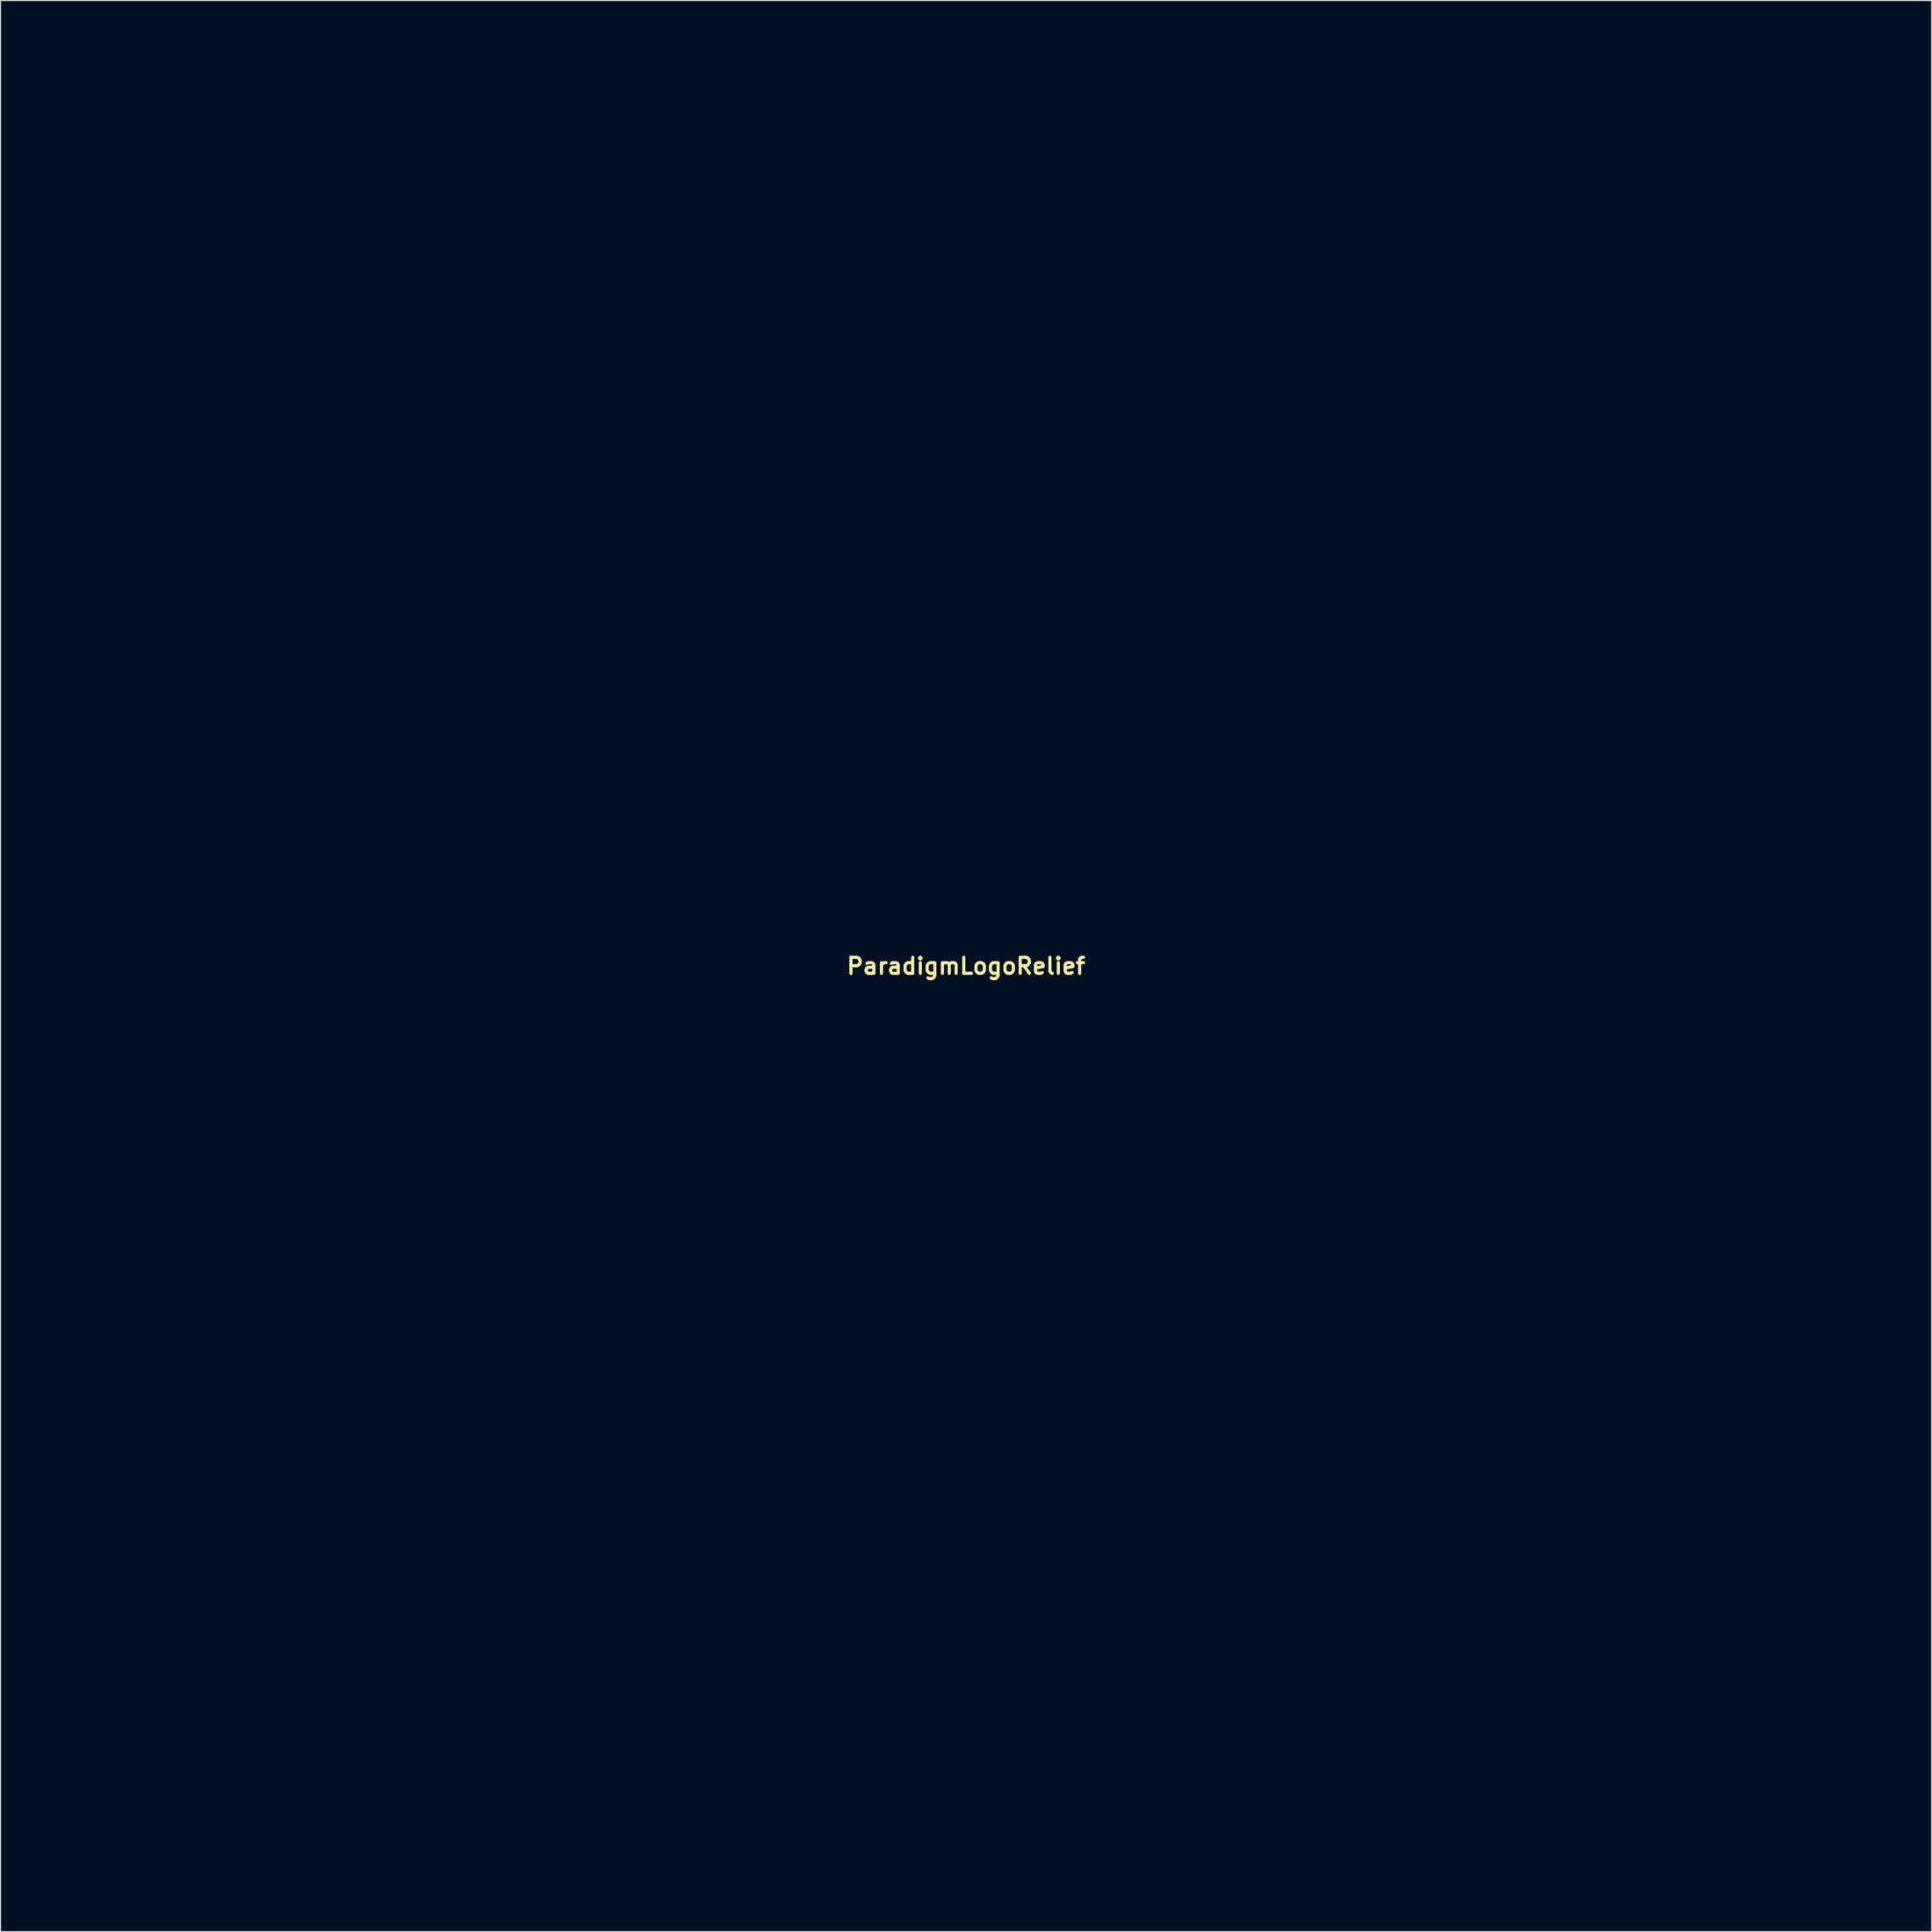
<source format=kicad_pcb>
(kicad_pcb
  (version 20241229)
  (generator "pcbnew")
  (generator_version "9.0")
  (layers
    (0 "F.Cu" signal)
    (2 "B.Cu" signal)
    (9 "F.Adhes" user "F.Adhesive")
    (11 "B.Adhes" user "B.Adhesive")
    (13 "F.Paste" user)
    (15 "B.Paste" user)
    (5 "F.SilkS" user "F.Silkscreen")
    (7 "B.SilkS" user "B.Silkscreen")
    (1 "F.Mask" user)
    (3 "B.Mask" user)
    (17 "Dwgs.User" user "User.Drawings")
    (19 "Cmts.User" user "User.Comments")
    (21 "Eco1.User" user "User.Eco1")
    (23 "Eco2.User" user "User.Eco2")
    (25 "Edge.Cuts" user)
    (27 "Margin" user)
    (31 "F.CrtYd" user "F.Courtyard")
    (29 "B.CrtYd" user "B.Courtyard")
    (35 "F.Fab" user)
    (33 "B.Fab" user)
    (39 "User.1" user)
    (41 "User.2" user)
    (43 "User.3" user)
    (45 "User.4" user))
  (footprint "ParadigmLogoRelief"
    (layer "F.Cu")
    (at 88.905 88.905)
    (property "Reference" "ParadigmLogoRelief" (at 0 0 0) (layer "F.SilkS") (effects (font (size 1.524 1.524) (thickness 0.3))))
    (attr through_hole)
    (fp_poly (pts (xy -13.736 -1.012) (xy -13.729 -0.305) (xy -13.726 0.502) (xy -13.727 1.34) (xy -13.73 2.139) (xy -13.736 2.726) (xy -13.758 4.606) (xy -14.085 4.229) (xy -14.255 4.015) (xy -14.486 3.699) (xy -14.759 3.312) (xy -15.053 2.883) (xy -15.348 2.442) (xy -15.626 2.016) (xy -15.867 1.637) (xy -16.051 1.332) (xy -16.158 1.132) (xy -16.165 1.116) (xy -16.207 1.001) (xy -16.218 0.894) (xy -16.185 0.766) (xy -16.099 0.589) (xy -15.945 0.332) (xy -15.713 -0.033) (xy -15.666 -0.107) (xy -15.356 -0.579) (xy -14.999 -1.111) (xy -14.643 -1.629) (xy -14.406 -1.965) (xy -13.758 -2.871) (xy -13.736 -1.012)) (stroke (width 0.01) (type solid)) (fill yes) (layer "B.Mask"))
    (fp_poly (pts (xy 0.764 -14.677) (xy 1.043 -14.495) (xy 1.387 -14.263) (xy 1.771 -13.997) (xy 2.17 -13.716) (xy 2.56 -13.436) (xy 2.918 -13.175) (xy 3.217 -12.951) (xy 3.435 -12.781) (xy 3.547 -12.683) (xy 3.556 -12.669) (xy 3.474 -12.664) (xy 3.24 -12.66) (xy 2.871 -12.656) (xy 2.384 -12.653) (xy 1.797 -12.651) (xy 1.126 -12.649) (xy 0.388 -12.648) (xy -0.14 -12.648) (xy -3.836 -12.649) (xy -3.444 -13.004) (xy -3.227 -13.182) (xy -2.899 -13.427) (xy -2.492 -13.717) (xy -2.04 -14.029) (xy -1.574 -14.342) (xy -1.128 -14.634) (xy -0.734 -14.881) (xy -0.506 -15.015) (xy -0.124 -15.233) (xy 0.764 -14.677)) (stroke (width 0.01) (type solid)) (fill yes) (layer "B.Mask"))
    (fp_poly (pts (xy -7.24 -11.269) (xy -7.388 -11.098) (xy -7.634 -10.833) (xy -7.965 -10.484) (xy -8.371 -10.065) (xy -8.839 -9.588) (xy -9.359 -9.064) (xy -9.786 -8.636) (xy -12.461 -5.969) (xy -12.406 -6.35) (xy -12.348 -6.712) (xy -12.268 -7.158) (xy -12.172 -7.662) (xy -12.066 -8.193) (xy -11.956 -8.725) (xy -11.847 -9.228) (xy -11.747 -9.674) (xy -11.66 -10.035) (xy -11.593 -10.282) (xy -11.556 -10.381) (xy -11.499 -10.442) (xy -11.397 -10.5) (xy -11.23 -10.56) (xy -10.98 -10.628) (xy -10.625 -10.709) (xy -10.147 -10.808) (xy -9.526 -10.93) (xy -9.366 -10.962) (xy -8.792 -11.071) (xy -8.272 -11.166) (xy -7.83 -11.243) (xy -7.487 -11.299) (xy -7.27 -11.33) (xy -7.201 -11.333) (xy -7.24 -11.269)) (stroke (width 0.01) (type solid)) (fill yes) (layer "B.Mask"))
    (fp_poly (pts (xy 3.413 14.718) (xy 3.271 14.824) (xy 3.024 14.998) (xy 2.694 15.225) (xy 2.306 15.49) (xy 1.881 15.776) (xy 1.443 16.068) (xy 1.015 16.351) (xy 0.621 16.609) (xy 0.284 16.828) (xy 0.027 16.991) (xy -0.127 17.082) (xy -0.16 17.097) (xy -0.242 17.05) (xy -0.444 16.921) (xy -0.749 16.723) (xy -1.136 16.467) (xy -1.588 16.167) (xy -2.032 15.869) (xy -2.523 15.538) (xy -2.966 15.235) (xy -3.341 14.975) (xy -3.63 14.771) (xy -3.814 14.636) (xy -3.873 14.584) (xy -3.796 14.571) (xy -3.566 14.558) (xy -3.201 14.547) (xy -2.717 14.538) (xy -2.13 14.53) (xy -1.459 14.524) (xy -0.72 14.521) (xy -0.122 14.52) (xy 3.65 14.52) (xy 3.413 14.718)) (stroke (width 0.01) (type solid)) (fill yes) (layer "B.Mask"))
    (fp_poly (pts (xy 7.281 -11.307) (xy 7.54 -11.269) (xy 7.917 -11.204) (xy 8.376 -11.12) (xy 8.884 -11.023) (xy 9.406 -10.92) (xy 9.907 -10.818) (xy 10.355 -10.724) (xy 10.713 -10.644) (xy 10.948 -10.585) (xy 10.984 -10.574) (xy 11.181 -10.498) (xy 11.293 -10.43) (xy 11.296 -10.425) (xy 11.326 -10.321) (xy 11.379 -10.079) (xy 11.452 -9.728) (xy 11.537 -9.294) (xy 11.631 -8.805) (xy 11.729 -8.289) (xy 11.824 -7.774) (xy 11.913 -7.287) (xy 11.989 -6.856) (xy 12.047 -6.508) (xy 12.083 -6.272) (xy 12.091 -6.174) (xy 12.028 -6.216) (xy 11.858 -6.366) (xy 11.593 -6.613) (xy 11.246 -6.946) (xy 10.829 -7.352) (xy 10.353 -7.82) (xy 9.831 -8.338) (xy 9.44 -8.73) (xy 6.816 -11.364) (xy 7.281 -11.307)) (stroke (width 0.01) (type solid)) (fill yes) (layer "B.Mask"))
    (fp_poly (pts (xy 12.09 8.112) (xy 12.081 8.237) (xy 12.044 8.497) (xy 11.982 8.865) (xy 11.904 9.31) (xy 11.813 9.803) (xy 11.715 10.314) (xy 11.617 10.813) (xy 11.523 11.273) (xy 11.439 11.662) (xy 11.372 11.951) (xy 11.336 12.082) (xy 11.235 12.282) (xy 11.109 12.398) (xy 11.102 12.4) (xy 10.979 12.429) (xy 10.721 12.483) (xy 10.356 12.556) (xy 9.912 12.644) (xy 9.416 12.74) (xy 8.899 12.84) (xy 8.387 12.938) (xy 7.909 13.028) (xy 7.493 13.105) (xy 7.167 13.164) (xy 6.96 13.2) (xy 6.901 13.207) (xy 6.941 13.15) (xy 7.089 12.985) (xy 7.335 12.725) (xy 7.665 12.381) (xy 8.069 11.967) (xy 8.535 11.493) (xy 9.051 10.972) (xy 9.441 10.582) (xy 10.117 9.907) (xy 10.683 9.349) (xy 11.143 8.901) (xy 11.505 8.559) (xy 11.775 8.315) (xy 11.958 8.165) (xy 12.061 8.102) (xy 12.09 8.112)) (stroke (width 0.01) (type solid)) (fill yes) (layer "B.Mask"))
    (fp_poly (pts (xy -12.357 7.957) (xy -12.187 8.118) (xy -11.922 8.375) (xy -11.573 8.717) (xy -11.154 9.131) (xy -10.676 9.605) (xy -10.151 10.127) (xy -9.737 10.541) (xy -9.186 11.093) (xy -8.676 11.608) (xy -8.218 12.073) (xy -7.824 12.476) (xy -7.505 12.806) (xy -7.274 13.049) (xy -7.142 13.194) (xy -7.116 13.232) (xy -7.209 13.228) (xy -7.435 13.197) (xy -7.76 13.143) (xy -8.151 13.072) (xy -8.17 13.068) (xy -9.006 12.908) (xy -9.691 12.773) (xy -10.24 12.662) (xy -10.669 12.569) (xy -10.993 12.491) (xy -11.227 12.424) (xy -11.387 12.364) (xy -11.489 12.308) (xy -11.547 12.252) (xy -11.556 12.24) (xy -11.594 12.124) (xy -11.656 11.875) (xy -11.737 11.517) (xy -11.831 11.08) (xy -11.934 10.588) (xy -12.038 10.07) (xy -12.141 9.552) (xy -12.234 9.061) (xy -12.315 8.624) (xy -12.376 8.269) (xy -12.414 8.021) (xy -12.421 7.908) (xy -12.42 7.904) (xy -12.357 7.957)) (stroke (width 0.01) (type solid)) (fill yes) (layer "B.Mask"))
    (fp_poly (pts (xy 13.554 -2.726) (xy 13.703 -2.537) (xy 13.911 -2.25) (xy 14.162 -1.888) (xy 14.441 -1.475) (xy 14.734 -1.033) (xy 15.025 -0.586) (xy 15.298 -0.157) (xy 15.539 0.231) (xy 15.733 0.556) (xy 15.864 0.793) (xy 15.917 0.92) (xy 15.917 0.925) (xy 15.869 1.069) (xy 15.727 1.34) (xy 15.499 1.727) (xy 15.191 2.219) (xy 14.808 2.806) (xy 14.719 2.94) (xy 14.344 3.503) (xy 14.051 3.94) (xy 13.831 4.264) (xy 13.673 4.491) (xy 13.566 4.634) (xy 13.501 4.71) (xy 13.466 4.731) (xy 13.454 4.72) (xy 13.447 4.619) (xy 13.441 4.372) (xy 13.436 4) (xy 13.433 3.523) (xy 13.432 2.962) (xy 13.431 2.339) (xy 13.432 1.674) (xy 13.433 0.987) (xy 13.436 0.299) (xy 13.44 -0.369) (xy 13.444 -0.996) (xy 13.449 -1.561) (xy 13.455 -2.044) (xy 13.462 -2.424) (xy 13.469 -2.68) (xy 13.477 -2.791) (xy 13.478 -2.794) (xy 13.554 -2.726)) (stroke (width 0.01) (type solid)) (fill yes) (layer "B.Mask"))
    (fp_poly (pts (xy -21.047 -6.755) (xy -20.515 -5.47) (xy -20.025 -4.326) (xy -19.566 -3.302) (xy -19.129 -2.378) (xy -18.704 -1.534) (xy -18.282 -0.748) (xy -18.075 -0.381) (xy -17.803 0.112) (xy -17.621 0.485) (xy -17.521 0.757) (xy -17.493 0.931) (xy -17.53 1.138) (xy -17.644 1.432) (xy -17.844 1.832) (xy -18.049 2.201) (xy -18.759 3.499) (xy -19.426 4.835) (xy -20.072 6.254) (xy -20.665 7.673) (xy -20.829 8.073) (xy -20.972 8.416) (xy -21.084 8.672) (xy -21.149 8.809) (xy -21.158 8.823) (xy -21.247 8.806) (xy -21.458 8.72) (xy -21.767 8.578) (xy -22.147 8.39) (xy -22.437 8.24) (xy -24.09 7.327) (xy -25.753 6.316) (xy -27.393 5.23) (xy -28.977 4.094) (xy -30.471 2.93) (xy -31.842 1.762) (xy -32.239 1.401) (xy -32.759 0.92) (xy -32.149 0.365) (xy -30.809 -0.793) (xy -29.347 -1.952) (xy -27.798 -3.086) (xy -26.201 -4.17) (xy -24.593 -5.177) (xy -23.011 -6.082) (xy -22.003 -6.609) (xy -21.16 -7.032) (xy -21.047 -6.755)) (stroke (width 0.01) (type solid)) (fill yes) (layer "B.Mask"))
    (fp_poly (pts (xy 0.762 18.638) (xy 1.877 19.248) (xy 3.097 19.871) (xy 4.366 20.479) (xy 5.624 21.043) (xy 6.813 21.537) (xy 6.943 21.589) (xy 7.269 21.72) (xy 7.537 21.835) (xy 7.705 21.916) (xy 7.738 21.936) (xy 7.723 22.029) (xy 7.635 22.247) (xy 7.484 22.57) (xy 7.281 22.975) (xy 7.038 23.442) (xy 6.766 23.95) (xy 6.475 24.478) (xy 6.177 25.003) (xy 5.882 25.506) (xy 5.828 25.595) (xy 4.578 27.556) (xy 3.194 29.509) (xy 1.708 31.41) (xy 0.971 32.288) (xy 0.64 32.672) (xy 0.348 33.007) (xy 0.112 33.275) (xy -0.05 33.455) (xy -0.121 33.527) (xy -0.123 33.528) (xy -0.189 33.47) (xy -0.341 33.316) (xy -0.552 33.095) (xy -0.641 32.999) (xy -1.788 31.693) (xy -2.942 30.25) (xy -4.079 28.702) (xy -5.18 27.079) (xy -6.223 25.413) (xy -7.186 23.733) (xy -7.524 23.104) (xy -8.13 21.95) (xy -7.007 21.502) (xy -5.515 20.876) (xy -4.007 20.179) (xy -2.449 19.397) (xy -0.81 18.513) (xy -0.508 18.345) (xy -0.127 18.131) (xy 0.762 18.638)) (stroke (width 0.01) (type solid)) (fill yes) (layer "B.Mask"))
    (fp_poly (pts (xy -16.768 2.018) (xy -16.64 2.152) (xy -16.458 2.374) (xy -16.213 2.695) (xy -15.895 3.127) (xy -15.495 3.681) (xy -15.268 3.998) (xy -14.883 4.54) (xy -14.525 5.047) (xy -14.208 5.502) (xy -13.944 5.885) (xy -13.747 6.176) (xy -13.631 6.356) (xy -13.61 6.393) (xy -13.571 6.523) (xy -13.509 6.794) (xy -13.428 7.182) (xy -13.334 7.661) (xy -13.23 8.206) (xy -13.121 8.791) (xy -13.013 9.391) (xy -12.909 9.981) (xy -12.814 10.535) (xy -12.732 11.028) (xy -12.669 11.435) (xy -12.628 11.73) (xy -12.615 11.882) (xy -12.627 11.963) (xy -12.68 12.003) (xy -12.803 12.002) (xy -13.027 11.958) (xy -13.379 11.869) (xy -13.462 11.848) (xy -14.161 11.649) (xy -14.981 11.389) (xy -15.888 11.079) (xy -16.849 10.729) (xy -17.695 10.404) (xy -18.526 10.07) (xy -19.193 9.783) (xy -19.699 9.544) (xy -20.042 9.353) (xy -20.222 9.208) (xy -20.252 9.133) (xy -20.173 8.873) (xy -20.032 8.492) (xy -19.837 8.01) (xy -19.598 7.448) (xy -19.325 6.827) (xy -19.027 6.168) (xy -18.715 5.491) (xy -18.398 4.818) (xy -18.086 4.168) (xy -17.788 3.563) (xy -17.514 3.024) (xy -17.274 2.571) (xy -17.077 2.225) (xy -16.934 2.008) (xy -16.899 1.966) (xy -16.851 1.96) (xy -16.768 2.018)) (stroke (width 0.01) (type solid)) (fill yes) (layer "B.Mask"))
    (fp_poly (pts (xy 22.86 -21.231) (xy 22.827 -20.235) (xy 22.73 -19.083) (xy 22.567 -17.777) (xy 22.339 -16.317) (xy 22.092 -14.944) (xy 21.929 -14.125) (xy 21.752 -13.301) (xy 21.565 -12.488) (xy 21.372 -11.703) (xy 21.179 -10.963) (xy 20.989 -10.284) (xy 20.809 -9.682) (xy 20.641 -9.176) (xy 20.492 -8.78) (xy 20.366 -8.513) (xy 20.267 -8.39) (xy 20.245 -8.384) (xy 20.091 -8.419) (xy 19.854 -8.506) (xy 19.727 -8.562) (xy 19.007 -8.878) (xy 18.164 -9.22) (xy 17.241 -9.574) (xy 16.28 -9.924) (xy 15.322 -10.254) (xy 14.409 -10.551) (xy 13.584 -10.798) (xy 13.462 -10.832) (xy 12.951 -10.973) (xy 12.578 -11.083) (xy 12.316 -11.176) (xy 12.142 -11.271) (xy 12.03 -11.383) (xy 11.954 -11.528) (xy 11.89 -11.724) (xy 11.843 -11.885) (xy 11.487 -13.074) (xy 11.158 -14.13) (xy 10.845 -15.083) (xy 10.537 -15.966) (xy 10.223 -16.81) (xy 9.892 -17.646) (xy 9.534 -18.505) (xy 9.525 -18.524) (xy 9.36 -18.932) (xy 9.245 -19.256) (xy 9.189 -19.473) (xy 9.194 -19.554) (xy 9.299 -19.605) (xy 9.534 -19.695) (xy 9.867 -19.812) (xy 10.265 -19.943) (xy 10.372 -19.978) (xy 12.083 -20.481) (xy 13.879 -20.93) (xy 15.718 -21.317) (xy 17.558 -21.636) (xy 19.358 -21.877) (xy 21.076 -22.034) (xy 21.696 -22.069) (xy 22.86 -22.124) (xy 22.86 -21.231)) (stroke (width 0.01) (type solid)) (fill yes) (layer "B.Mask"))
    (fp_poly (pts (xy -9.02 22.352) (xy -8.888 22.538) (xy -8.711 22.828) (xy -8.502 23.198) (xy -8.381 23.424) (xy -7.049 25.805) (xy -5.619 28.066) (xy -4.069 30.237) (xy -2.379 32.348) (xy -1.678 33.161) (xy -0.772 34.192) (xy -2.059 35.447) (xy -4.063 37.287) (xy -6.19 39.015) (xy -8.427 40.624) (xy -10.765 42.108) (xy -13.19 43.458) (xy -15.694 44.669) (xy -17.818 45.56) (xy -18.169 45.695) (xy -18.462 45.803) (xy -18.661 45.872) (xy -18.727 45.889) (xy -18.792 45.818) (xy -18.903 45.63) (xy -19.037 45.363) (xy -19.058 45.318) (xy -19.57 44.145) (xy -20.081 42.849) (xy -20.576 41.479) (xy -21.038 40.079) (xy -21.452 38.698) (xy -21.719 37.704) (xy -22.197 35.678) (xy -22.573 33.736) (xy -22.853 31.833) (xy -23.045 29.923) (xy -23.154 27.962) (xy -23.174 27.249) (xy -23.223 24.907) (xy -22.767 24.861) (xy -22.481 24.836) (xy -22.089 24.808) (xy -21.654 24.78) (xy -21.411 24.766) (xy -20.268 24.681) (xy -19.009 24.543) (xy -17.678 24.359) (xy -16.318 24.136) (xy -14.972 23.882) (xy -13.682 23.604) (xy -12.493 23.309) (xy -12.361 23.273) (xy -12.103 23.201) (xy -11.742 23.096) (xy -11.313 22.97) (xy -10.846 22.831) (xy -10.376 22.69) (xy -9.933 22.556) (xy -9.552 22.44) (xy -9.263 22.35) (xy -9.101 22.297) (xy -9.091 22.293) (xy -9.02 22.352)) (stroke (width 0.01) (type solid)) (fill yes) (layer "B.Mask"))
    (fp_poly (pts (xy 20.952 -6.985) (xy 21.16 -6.889) (xy 21.469 -6.734) (xy 21.855 -6.533) (xy 22.296 -6.298) (xy 22.769 -6.043) (xy 23.249 -5.779) (xy 23.715 -5.518) (xy 24.142 -5.274) (xy 24.501 -5.063) (xy 25.938 -4.159) (xy 27.4 -3.162) (xy 28.846 -2.104) (xy 30.233 -1.017) (xy 31.519 0.069) (xy 32.046 0.542) (xy 32.47 0.93) (xy 32.046 1.315) (xy 30.337 2.79) (xy 28.507 4.22) (xy 26.604 5.569) (xy 24.675 6.802) (xy 24.13 7.126) (xy 23.736 7.353) (xy 23.294 7.603) (xy 22.828 7.864) (xy 22.362 8.121) (xy 21.922 8.361) (xy 21.531 8.572) (xy 21.214 8.739) (xy 20.994 8.849) (xy 20.898 8.89) (xy 20.898 8.89) (xy 20.856 8.817) (xy 20.773 8.627) (xy 20.667 8.361) (xy 20.667 8.361) (xy 20.312 7.477) (xy 19.893 6.504) (xy 19.431 5.484) (xy 18.945 4.459) (xy 18.455 3.472) (xy 17.98 2.565) (xy 17.576 1.837) (xy 17.386 1.501) (xy 17.232 1.214) (xy 17.132 1.012) (xy 17.103 0.932) (xy 17.142 0.829) (xy 17.251 0.611) (xy 17.413 0.307) (xy 17.611 -0.052) (xy 17.642 -0.106) (xy 18.18 -1.09) (xy 18.731 -2.166) (xy 19.275 -3.287) (xy 19.788 -4.406) (xy 20.249 -5.478) (xy 20.627 -6.43) (xy 20.735 -6.708) (xy 20.821 -6.916) (xy 20.868 -7.01) (xy 20.868 -7.011) (xy 20.952 -6.985)) (stroke (width 0.01) (type solid)) (fill yes) (layer "B.Mask"))
    (fp_poly (pts (xy 16.636 2.002) (xy 16.784 2.222) (xy 16.982 2.56) (xy 17.221 2.998) (xy 17.491 3.518) (xy 17.784 4.1) (xy 18.089 4.726) (xy 18.399 5.379) (xy 18.703 6.038) (xy 18.994 6.687) (xy 19.26 7.306) (xy 19.46 7.789) (xy 19.667 8.305) (xy 19.815 8.687) (xy 19.905 8.959) (xy 19.936 9.146) (xy 19.91 9.272) (xy 19.827 9.361) (xy 19.687 9.439) (xy 19.501 9.525) (xy 19.07 9.717) (xy 18.52 9.949) (xy 17.891 10.206) (xy 17.224 10.47) (xy 16.56 10.725) (xy 15.939 10.957) (xy 15.402 11.148) (xy 15.325 11.175) (xy 14.774 11.358) (xy 14.228 11.532) (xy 13.71 11.691) (xy 13.243 11.828) (xy 12.851 11.937) (xy 12.558 12.009) (xy 12.387 12.039) (xy 12.352 12.033) (xy 12.357 11.896) (xy 12.388 11.616) (xy 12.442 11.221) (xy 12.513 10.735) (xy 12.599 10.184) (xy 12.694 9.592) (xy 12.794 8.985) (xy 12.896 8.389) (xy 12.996 7.827) (xy 13.088 7.327) (xy 13.168 6.912) (xy 13.234 6.608) (xy 13.279 6.441) (xy 13.282 6.435) (xy 13.358 6.301) (xy 13.515 6.06) (xy 13.739 5.731) (xy 14.016 5.334) (xy 14.331 4.888) (xy 14.67 4.413) (xy 15.019 3.928) (xy 15.364 3.455) (xy 15.69 3.011) (xy 15.984 2.617) (xy 16.23 2.293) (xy 16.415 2.059) (xy 16.524 1.933) (xy 16.546 1.918) (xy 16.636 2.002)) (stroke (width 0.01) (type solid)) (fill yes) (layer "B.Mask"))
    (fp_poly (pts (xy 10.972 13.399) (xy 10.974 13.505) (xy 10.922 13.75) (xy 10.825 14.113) (xy 10.687 14.573) (xy 10.517 15.112) (xy 10.321 15.708) (xy 10.105 16.342) (xy 9.877 16.993) (xy 9.642 17.641) (xy 9.409 18.266) (xy 9.183 18.848) (xy 9.003 19.292) (xy 8.755 19.884) (xy 8.561 20.336) (xy 8.414 20.664) (xy 8.305 20.885) (xy 8.227 21.015) (xy 8.171 21.073) (xy 8.147 21.079) (xy 8.051 21.048) (xy 7.827 20.964) (xy 7.502 20.838) (xy 7.106 20.681) (xy 6.858 20.582) (xy 6.07 20.255) (xy 5.242 19.895) (xy 4.418 19.523) (xy 3.645 19.158) (xy 2.966 18.822) (xy 2.724 18.696) (xy 2.111 18.369) (xy 1.635 18.112) (xy 1.284 17.915) (xy 1.045 17.773) (xy 0.904 17.676) (xy 0.849 17.619) (xy 0.847 17.609) (xy 0.913 17.541) (xy 1.099 17.39) (xy 1.386 17.172) (xy 1.753 16.9) (xy 2.18 16.588) (xy 2.648 16.25) (xy 3.138 15.901) (xy 3.629 15.553) (xy 4.102 15.223) (xy 4.537 14.922) (xy 4.914 14.666) (xy 5.213 14.468) (xy 5.416 14.343) (xy 5.49 14.306) (xy 5.635 14.272) (xy 5.913 14.217) (xy 6.302 14.146) (xy 6.776 14.062) (xy 7.312 13.969) (xy 7.886 13.872) (xy 8.473 13.775) (xy 9.051 13.68) (xy 9.594 13.593) (xy 10.079 13.518) (xy 10.482 13.457) (xy 10.779 13.416) (xy 10.945 13.398) (xy 10.972 13.399)) (stroke (width 0.01) (type solid)) (fill yes) (layer "B.Mask"))
    (fp_poly (pts (xy -8.311 -19.114) (xy -8.005 -19.04) (xy -7.578 -18.898) (xy -7.043 -18.695) (xy -6.416 -18.437) (xy -5.71 -18.128) (xy -4.939 -17.776) (xy -4.118 -17.385) (xy -3.463 -17.063) (xy -2.911 -16.783) (xy -2.398 -16.512) (xy -1.943 -16.263) (xy -1.566 -16.047) (xy -1.289 -15.875) (xy -1.13 -15.759) (xy -1.101 -15.719) (xy -1.166 -15.662) (xy -1.341 -15.535) (xy -1.594 -15.361) (xy -1.714 -15.28) (xy -1.969 -15.107) (xy -2.328 -14.855) (xy -2.764 -14.546) (xy -3.244 -14.202) (xy -3.738 -13.845) (xy -3.887 -13.736) (xy -4.351 -13.401) (xy -4.783 -13.095) (xy -5.161 -12.834) (xy -5.46 -12.633) (xy -5.657 -12.51) (xy -5.707 -12.484) (xy -5.832 -12.45) (xy -6.098 -12.394) (xy -6.481 -12.319) (xy -6.956 -12.23) (xy -7.497 -12.13) (xy -8.079 -12.026) (xy -8.678 -11.92) (xy -9.267 -11.818) (xy -9.822 -11.724) (xy -10.317 -11.642) (xy -10.727 -11.577) (xy -11.028 -11.533) (xy -11.194 -11.515) (xy -11.204 -11.515) (xy -11.255 -11.583) (xy -11.261 -11.638) (xy -11.235 -11.782) (xy -11.163 -12.058) (xy -11.055 -12.439) (xy -10.917 -12.898) (xy -10.76 -13.407) (xy -10.591 -13.939) (xy -10.419 -14.466) (xy -10.253 -14.961) (xy -10.102 -15.396) (xy -10.035 -15.579) (xy -9.789 -16.227) (xy -9.54 -16.857) (xy -9.297 -17.447) (xy -9.069 -17.979) (xy -8.864 -18.431) (xy -8.692 -18.785) (xy -8.562 -19.019) (xy -8.481 -19.115) (xy -8.311 -19.114)) (stroke (width 0.01) (type solid)) (fill yes) (layer "B.Mask"))
    (fp_poly (pts (xy 12.68 -10.116) (xy 13.038 -10.03) (xy 13.486 -9.907) (xy 14.001 -9.754) (xy 14.559 -9.577) (xy 15.028 -9.42) (xy 15.435 -9.276) (xy 15.918 -9.1) (xy 16.456 -8.898) (xy 17.025 -8.682) (xy 17.603 -8.458) (xy 18.167 -8.237) (xy 18.694 -8.027) (xy 19.161 -7.837) (xy 19.545 -7.677) (xy 19.825 -7.555) (xy 19.976 -7.48) (xy 19.994 -7.467) (xy 19.984 -7.369) (xy 19.913 -7.138) (xy 19.79 -6.797) (xy 19.625 -6.366) (xy 19.425 -5.868) (xy 19.2 -5.325) (xy 18.959 -4.758) (xy 18.709 -4.19) (xy 18.461 -3.641) (xy 18.423 -3.56) (xy 18.226 -3.144) (xy 17.995 -2.675) (xy 17.746 -2.178) (xy 17.49 -1.679) (xy 17.242 -1.204) (xy 17.015 -0.778) (xy 16.822 -0.427) (xy 16.677 -0.177) (xy 16.595 -0.056) (xy 16.531 -0.105) (xy 16.383 -0.276) (xy 16.162 -0.555) (xy 15.879 -0.924) (xy 15.548 -1.369) (xy 15.18 -1.874) (xy 14.966 -2.173) (xy 14.578 -2.717) (xy 14.219 -3.224) (xy 13.901 -3.676) (xy 13.637 -4.055) (xy 13.44 -4.341) (xy 13.323 -4.518) (xy 13.299 -4.558) (xy 13.263 -4.68) (xy 13.205 -4.94) (xy 13.13 -5.314) (xy 13.042 -5.779) (xy 12.944 -6.31) (xy 12.841 -6.884) (xy 12.737 -7.477) (xy 12.637 -8.065) (xy 12.543 -8.624) (xy 12.462 -9.13) (xy 12.395 -9.56) (xy 12.349 -9.89) (xy 12.326 -10.095) (xy 12.328 -10.154) (xy 12.436 -10.16) (xy 12.68 -10.116)) (stroke (width 0.01) (type solid)) (fill yes) (layer "B.Mask"))
    (fp_poly (pts (xy 20.406 10.274) (xy 20.482 10.504) (xy 20.588 10.843) (xy 20.715 11.263) (xy 20.856 11.739) (xy 21.003 12.243) (xy 21.148 12.748) (xy 21.283 13.226) (xy 21.399 13.652) (xy 21.49 13.997) (xy 21.498 14.029) (xy 21.995 16.208) (xy 22.385 18.379) (xy 22.663 20.498) (xy 22.769 21.675) (xy 22.805 22.161) (xy 22.841 22.63) (xy 22.872 23.036) (xy 22.896 23.332) (xy 22.9 23.38) (xy 22.917 23.654) (xy 22.9 23.804) (xy 22.838 23.877) (xy 22.752 23.908) (xy 22.517 23.939) (xy 22.147 23.951) (xy 21.672 23.943) (xy 21.125 23.917) (xy 20.537 23.873) (xy 20.066 23.827) (xy 19.04 23.7) (xy 17.917 23.531) (xy 16.731 23.327) (xy 15.516 23.097) (xy 14.305 22.845) (xy 13.132 22.58) (xy 12.03 22.308) (xy 11.035 22.037) (xy 10.271 21.804) (xy 9.896 21.679) (xy 9.575 21.566) (xy 9.346 21.481) (xy 9.252 21.438) (xy 9.232 21.369) (xy 9.261 21.206) (xy 9.343 20.937) (xy 9.483 20.547) (xy 9.686 20.021) (xy 9.787 19.766) (xy 10.089 18.983) (xy 10.424 18.067) (xy 10.781 17.049) (xy 11.152 15.958) (xy 11.524 14.826) (xy 11.862 13.763) (xy 12.072 13.091) (xy 13.212 12.766) (xy 14.392 12.41) (xy 15.639 12) (xy 16.9 11.554) (xy 18.124 11.091) (xy 19.262 10.628) (xy 19.844 10.375) (xy 20.103 10.265) (xy 20.292 10.195) (xy 20.368 10.18) (xy 20.406 10.274)) (stroke (width 0.01) (type solid)) (fill yes) (layer "B.Mask"))
    (fp_poly (pts (xy 24.746 -22.174) (xy 25.238 -22.16) (xy 25.803 -22.139) (xy 26.418 -22.113) (xy 27.058 -22.082) (xy 27.699 -22.048) (xy 28.319 -22.011) (xy 28.892 -21.974) (xy 29.394 -21.936) (xy 29.803 -21.899) (xy 29.93 -21.886) (xy 32.302 -21.554) (xy 34.679 -21.103) (xy 37.032 -20.54) (xy 39.332 -19.873) (xy 41.548 -19.11) (xy 43.651 -18.259) (xy 44.211 -18.008) (xy 44.861 -17.711) (xy 44.604 -17.047) (xy 43.514 -14.458) (xy 42.286 -11.948) (xy 40.927 -9.524) (xy 39.441 -7.198) (xy 37.837 -4.979) (xy 36.118 -2.877) (xy 34.401 -1.011) (xy 34.029 -0.633) (xy 33.697 -0.3) (xy 33.421 -0.031) (xy 33.222 0.158) (xy 33.116 0.249) (xy 33.105 0.254) (xy 33.023 0.201) (xy 32.84 0.054) (xy 32.58 -0.165) (xy 32.269 -0.437) (xy 32.164 -0.53) (xy 30.132 -2.244) (xy 28.017 -3.834) (xy 25.801 -5.314) (xy 23.463 -6.698) (xy 22.31 -7.322) (xy 21.921 -7.527) (xy 21.59 -7.701) (xy 21.343 -7.831) (xy 21.208 -7.903) (xy 21.19 -7.913) (xy 21.207 -7.992) (xy 21.269 -8.192) (xy 21.362 -8.471) (xy 21.383 -8.533) (xy 21.845 -9.979) (xy 22.275 -11.557) (xy 22.665 -13.231) (xy 23.009 -14.965) (xy 23.301 -16.724) (xy 23.533 -18.472) (xy 23.699 -20.174) (xy 23.759 -21.069) (xy 23.789 -21.525) (xy 23.821 -21.838) (xy 23.86 -22.033) (xy 23.909 -22.135) (xy 23.95 -22.164) (xy 24.078 -22.177) (xy 24.352 -22.18) (xy 24.746 -22.174)) (stroke (width 0.01) (type solid)) (fill yes) (layer "B.Mask"))
    (fp_poly (pts (xy -44.973 20.63) (xy -43.08 21.433) (xy -41.072 22.176) (xy -38.996 22.847) (xy -36.903 23.429) (xy -34.839 23.907) (xy -33.909 24.089) (xy -32.524 24.317) (xy -31.044 24.514) (xy -29.519 24.674) (xy -28.003 24.794) (xy -26.546 24.868) (xy -25.277 24.892) (xy -24.156 24.892) (xy -24.099 26.818) (xy -23.935 29.754) (xy -23.619 32.618) (xy -23.149 35.418) (xy -22.524 38.159) (xy -21.742 40.847) (xy -20.804 43.488) (xy -19.862 45.743) (xy -19.643 46.232) (xy -19.876 46.321) (xy -20.116 46.404) (xy -20.484 46.521) (xy -20.943 46.662) (xy -21.459 46.816) (xy -21.995 46.971) (xy -22.515 47.118) (xy -22.976 47.244) (xy -25.551 47.849) (xy -28.196 48.313) (xy -30.882 48.634) (xy -33.579 48.808) (xy -36.258 48.832) (xy -38.1 48.759) (xy -39.735 48.627) (xy -41.478 48.423) (xy -43.18 48.17) (xy -43.816 48.062) (xy -44.441 47.948) (xy -45.032 47.834) (xy -45.565 47.723) (xy -46.019 47.623) (xy -46.368 47.536) (xy -46.591 47.468) (xy -46.66 47.433) (xy -46.724 47.296) (xy -46.806 47.011) (xy -46.903 46.6) (xy -47.012 46.082) (xy -47.128 45.48) (xy -47.248 44.812) (xy -47.368 44.101) (xy -47.485 43.366) (xy -47.594 42.627) (xy -47.692 41.907) (xy -47.754 41.408) (xy -47.983 38.801) (xy -48.059 36.146) (xy -47.985 33.463) (xy -47.764 30.776) (xy -47.397 28.104) (xy -46.886 25.47) (xy -46.233 22.895) (xy -45.711 21.191) (xy -45.454 20.412) (xy -44.973 20.63)) (stroke (width 0.01) (type solid)) (fill yes) (layer "B.Mask"))
    (fp_poly (pts (xy -20.559 10.303) (xy -20.324 10.369) (xy -19.973 10.486) (xy -19.527 10.648) (xy -19.005 10.848) (xy -18.865 10.903) (xy -18.302 11.118) (xy -17.612 11.368) (xy -16.831 11.642) (xy -15.994 11.928) (xy -15.137 12.213) (xy -14.295 12.486) (xy -13.504 12.735) (xy -12.799 12.947) (xy -12.644 12.992) (xy -12.45 13.088) (xy -12.362 13.164) (xy -12.308 13.282) (xy -12.217 13.534) (xy -12.101 13.89) (xy -11.968 14.322) (xy -11.855 14.706) (xy -11.227 16.713) (xy -10.495 18.732) (xy -9.956 20.063) (xy -9.776 20.5) (xy -9.627 20.882) (xy -9.521 21.182) (xy -9.465 21.375) (xy -9.463 21.432) (xy -9.574 21.485) (xy -9.823 21.574) (xy -10.186 21.691) (xy -10.638 21.83) (xy -11.152 21.982) (xy -11.705 22.142) (xy -12.271 22.301) (xy -12.825 22.451) (xy -13.343 22.587) (xy -13.758 22.69) (xy -15.233 23.019) (xy -16.762 23.312) (xy -18.249 23.553) (xy -18.415 23.576) (xy -18.897 23.638) (xy -19.467 23.703) (xy -20.089 23.766) (xy -20.727 23.826) (xy -21.344 23.878) (xy -21.904 23.92) (xy -22.371 23.948) (xy -22.708 23.96) (xy -22.721 23.96) (xy -23.217 23.961) (xy -23.161 23.008) (xy -22.913 20.213) (xy -22.499 17.413) (xy -21.92 14.62) (xy -21.762 13.975) (xy -21.619 13.42) (xy -21.463 12.843) (xy -21.301 12.27) (xy -21.142 11.726) (xy -20.993 11.235) (xy -20.861 10.822) (xy -20.754 10.512) (xy -20.679 10.33) (xy -20.657 10.297) (xy -20.559 10.303)) (stroke (width 0.01) (type solid)) (fill yes) (layer "B.Mask"))
    (fp_poly (pts (xy -12.615 -10.15) (xy -12.629 -10.042) (xy -12.666 -9.798) (xy -12.723 -9.452) (xy -12.792 -9.036) (xy -12.821 -8.866) (xy -12.911 -8.335) (xy -13.014 -7.705) (xy -13.121 -7.043) (xy -13.22 -6.419) (xy -13.249 -6.232) (xy -13.331 -5.739) (xy -13.416 -5.287) (xy -13.497 -4.911) (xy -13.567 -4.644) (xy -13.605 -4.54) (xy -13.679 -4.423) (xy -13.836 -4.19) (xy -14.061 -3.862) (xy -14.34 -3.46) (xy -14.657 -3.006) (xy -14.998 -2.521) (xy -15.346 -2.026) (xy -15.688 -1.543) (xy -16.008 -1.093) (xy -16.291 -0.698) (xy -16.523 -0.378) (xy -16.687 -0.156) (xy -16.766 -0.055) (xy -16.835 -0.089) (xy -16.961 -0.241) (xy -17.12 -0.482) (xy -17.169 -0.563) (xy -17.402 -0.982) (xy -17.685 -1.518) (xy -17.999 -2.134) (xy -18.326 -2.794) (xy -18.647 -3.458) (xy -18.944 -4.091) (xy -19.198 -4.654) (xy -19.218 -4.699) (xy -19.363 -5.036) (xy -19.53 -5.433) (xy -19.707 -5.86) (xy -19.881 -6.287) (xy -20.042 -6.685) (xy -20.176 -7.023) (xy -20.272 -7.272) (xy -20.318 -7.402) (xy -20.32 -7.413) (xy -20.246 -7.459) (xy -20.042 -7.557) (xy -19.734 -7.697) (xy -19.35 -7.865) (xy -18.915 -8.051) (xy -18.457 -8.243) (xy -18.001 -8.43) (xy -17.695 -8.552) (xy -17.123 -8.773) (xy -16.512 -8.997) (xy -15.884 -9.218) (xy -15.258 -9.431) (xy -14.654 -9.629) (xy -14.092 -9.805) (xy -13.592 -9.953) (xy -13.175 -10.067) (xy -12.86 -10.141) (xy -12.668 -10.168) (xy -12.615 -10.15)) (stroke (width 0.01) (type solid)) (fill yes) (layer "B.Mask"))
    (fp_poly (pts (xy -45.975 -17.219) (xy -45.916 -17.112) (xy -45.814 -16.885) (xy -45.687 -16.577) (xy -45.611 -16.383) (xy -44.633 -14.051) (xy -43.504 -11.736) (xy -42.237 -9.461) (xy -40.847 -7.246) (xy -39.346 -5.112) (xy -37.75 -3.082) (xy -36.072 -1.175) (xy -34.981 -0.049) (xy -34.049 0.876) (xy -35.292 2.195) (xy -36.343 3.33) (xy -37.285 4.39) (xy -38.142 5.405) (xy -38.938 6.406) (xy -39.698 7.422) (xy -40.445 8.485) (xy -41.109 9.479) (xy -41.884 10.718) (xy -42.669 12.075) (xy -43.437 13.502) (xy -44.164 14.951) (xy -44.826 16.374) (xy -45.334 17.568) (xy -45.509 17.999) (xy -45.666 18.386) (xy -45.792 18.697) (xy -45.874 18.899) (xy -45.892 18.944) (xy -45.976 19.09) (xy -46.036 19.135) (xy -46.129 19.096) (xy -46.344 18.991) (xy -46.656 18.831) (xy -47.037 18.63) (xy -47.329 18.474) (xy -49.574 17.202) (xy -51.68 15.871) (xy -53.671 14.463) (xy -55.573 12.958) (xy -57.41 11.339) (xy -58.987 9.811) (xy -60.498 8.223) (xy -61.882 6.639) (xy -63.173 5.012) (xy -64.408 3.3) (xy -65.356 1.873) (xy -65.968 0.922) (xy -65.391 0.016) (xy -63.815 -2.3) (xy -62.102 -4.524) (xy -60.258 -6.647) (xy -58.294 -8.661) (xy -56.216 -10.558) (xy -54.034 -12.33) (xy -51.757 -13.967) (xy -49.644 -15.313) (xy -49.039 -15.67) (xy -48.44 -16.012) (xy -47.866 -16.331) (xy -47.335 -16.615) (xy -46.867 -16.856) (xy -46.478 -17.044) (xy -46.188 -17.17) (xy -46.014 -17.224) (xy -45.975 -17.219)) (stroke (width 0.01) (type solid)) (fill yes) (layer "B.Mask"))
    (fp_poly (pts (xy -24.657 -22.18) (xy -24.364 -22.161) (xy -24.184 -22.1) (xy -24.089 -21.976) (xy -24.053 -21.766) (xy -24.047 -21.446) (xy -24.046 -21.331) (xy -24.031 -20.844) (xy -23.989 -20.222) (xy -23.923 -19.494) (xy -23.838 -18.693) (xy -23.737 -17.848) (xy -23.624 -16.991) (xy -23.502 -16.153) (xy -23.376 -15.363) (xy -23.279 -14.817) (xy -23.065 -13.75) (xy -22.814 -12.634) (xy -22.538 -11.516) (xy -22.249 -10.442) (xy -21.958 -9.458) (xy -21.762 -8.853) (xy -21.65 -8.512) (xy -21.563 -8.227) (xy -21.513 -8.038) (xy -21.505 -7.992) (xy -21.577 -7.92) (xy -21.774 -7.787) (xy -22.073 -7.609) (xy -22.447 -7.401) (xy -22.722 -7.255) (xy -24.674 -6.173) (xy -26.626 -4.966) (xy -28.539 -3.661) (xy -30.373 -2.284) (xy -32.089 -0.864) (xy -32.565 -0.442) (xy -33.423 0.331) (xy -34.39 -0.66) (xy -36.257 -2.681) (xy -37.978 -4.768) (xy -39.564 -6.937) (xy -41.026 -9.205) (xy -42.377 -11.588) (xy -43.097 -12.996) (xy -43.348 -13.515) (xy -43.614 -14.08) (xy -43.886 -14.67) (xy -44.153 -15.263) (xy -44.406 -15.837) (xy -44.636 -16.369) (xy -44.832 -16.837) (xy -44.986 -17.22) (xy -45.088 -17.496) (xy -45.127 -17.642) (xy -45.127 -17.647) (xy -45.05 -17.719) (xy -44.824 -17.844) (xy -44.46 -18.019) (xy -43.968 -18.237) (xy -43.36 -18.495) (xy -43.137 -18.587) (xy -40.545 -19.562) (xy -37.887 -20.387) (xy -35.179 -21.062) (xy -32.439 -21.58) (xy -29.683 -21.941) (xy -26.926 -22.14) (xy -25.092 -22.181) (xy -24.657 -22.18)) (stroke (width 0.01) (type solid)) (fill yes) (layer "B.Mask"))
    (fp_poly (pts (xy 8.204 -19.183) (xy 8.266 -19.087) (xy 8.38 -18.858) (xy 8.534 -18.52) (xy 8.718 -18.099) (xy 8.922 -17.619) (xy 9.135 -17.104) (xy 9.346 -16.58) (xy 9.545 -16.071) (xy 9.723 -15.601) (xy 9.768 -15.477) (xy 9.895 -15.118) (xy 10.043 -14.681) (xy 10.206 -14.191) (xy 10.374 -13.676) (xy 10.538 -13.163) (xy 10.69 -12.679) (xy 10.822 -12.252) (xy 10.924 -11.908) (xy 10.988 -11.674) (xy 11.007 -11.583) (xy 10.979 -11.536) (xy 10.873 -11.53) (xy 10.654 -11.565) (xy 10.499 -11.598) (xy 10.297 -11.636) (xy 9.96 -11.696) (xy 9.519 -11.772) (xy 9.006 -11.859) (xy 8.451 -11.951) (xy 7.887 -12.043) (xy 7.345 -12.131) (xy 6.856 -12.209) (xy 6.453 -12.271) (xy 6.166 -12.313) (xy 6.096 -12.322) (xy 5.78 -12.38) (xy 5.491 -12.462) (xy 5.376 -12.509) (xy 5.23 -12.597) (xy 4.977 -12.764) (xy 4.637 -12.995) (xy 4.232 -13.277) (xy 3.779 -13.595) (xy 3.3 -13.935) (xy 2.813 -14.283) (xy 2.34 -14.625) (xy 1.899 -14.946) (xy 1.51 -15.232) (xy 1.193 -15.469) (xy 0.969 -15.644) (xy 0.856 -15.741) (xy 0.847 -15.754) (xy 0.922 -15.841) (xy 1.134 -15.985) (xy 1.465 -16.178) (xy 1.897 -16.411) (xy 2.41 -16.676) (xy 2.987 -16.963) (xy 3.608 -17.264) (xy 4.256 -17.571) (xy 4.912 -17.875) (xy 5.556 -18.167) (xy 6.172 -18.439) (xy 6.739 -18.681) (xy 7.24 -18.886) (xy 7.656 -19.045) (xy 7.969 -19.149) (xy 8.16 -19.189) (xy 8.204 -19.183)) (stroke (width 0.01) (type solid)) (fill yes) (layer "B.Mask"))
    (fp_poly (pts (xy 34.022 2.422) (xy 35.405 3.92) (xy 36.661 5.371) (xy 37.813 6.803) (xy 38.885 8.247) (xy 39.899 9.732) (xy 40.497 10.668) (xy 41.56 12.464) (xy 42.573 14.356) (xy 43.505 16.286) (xy 44.329 18.198) (xy 44.526 18.696) (xy 44.865 19.569) (xy 44.298 19.825) (xy 42.578 20.552) (xy 40.747 21.238) (xy 38.862 21.863) (xy 36.978 22.407) (xy 35.879 22.686) (xy 33.972 23.105) (xy 32.087 23.44) (xy 30.18 23.696) (xy 28.211 23.881) (xy 26.136 23.997) (xy 25.614 24.016) (xy 25.018 24.034) (xy 24.57 24.042) (xy 24.25 24.041) (xy 24.037 24.029) (xy 23.912 24.006) (xy 23.853 23.971) (xy 23.843 23.953) (xy 23.823 23.824) (xy 23.799 23.565) (xy 23.773 23.216) (xy 23.751 22.86) (xy 23.58 20.712) (xy 23.303 18.507) (xy 22.93 16.311) (xy 22.47 14.193) (xy 22.426 14.012) (xy 22.306 13.547) (xy 22.162 13.013) (xy 22.003 12.444) (xy 21.838 11.869) (xy 21.676 11.321) (xy 21.526 10.832) (xy 21.399 10.432) (xy 21.302 10.154) (xy 21.278 10.093) (xy 21.206 9.9) (xy 21.18 9.789) (xy 21.183 9.781) (xy 21.264 9.735) (xy 21.462 9.628) (xy 21.744 9.477) (xy 21.971 9.356) (xy 22.919 8.849) (xy 23.751 8.391) (xy 24.506 7.959) (xy 25.22 7.532) (xy 25.932 7.086) (xy 26.679 6.6) (xy 26.839 6.494) (xy 28.063 5.651) (xy 29.312 4.729) (xy 30.539 3.768) (xy 31.696 2.804) (xy 32.544 2.05) (xy 33.145 1.499) (xy 34.022 2.422)) (stroke (width 0.01) (type solid)) (fill yes) (layer "B.Mask"))
    (fp_poly (pts (xy -10.94 13.411) (xy -10.71 13.462) (xy -10.53 13.502) (xy -10.289 13.549) (xy -9.97 13.607) (xy -9.558 13.678) (xy -9.035 13.765) (xy -8.385 13.872) (xy -7.59 14) (xy -7.246 14.055) (xy -6.741 14.138) (xy -6.292 14.218) (xy -5.926 14.288) (xy -5.671 14.344) (xy -5.554 14.379) (xy -5.553 14.381) (xy -5.463 14.445) (xy -5.253 14.595) (xy -4.939 14.818) (xy -4.54 15.102) (xy -4.072 15.434) (xy -3.552 15.802) (xy -3.281 15.995) (xy -2.747 16.375) (xy -2.261 16.726) (xy -1.838 17.034) (xy -1.496 17.288) (xy -1.251 17.475) (xy -1.119 17.584) (xy -1.101 17.606) (xy -1.174 17.675) (xy -1.381 17.807) (xy -1.703 17.993) (xy -2.122 18.222) (xy -2.618 18.484) (xy -3.173 18.769) (xy -3.769 19.067) (xy -4.386 19.368) (xy -4.403 19.376) (xy -4.823 19.574) (xy -5.307 19.793) (xy -5.829 20.024) (xy -6.364 20.255) (xy -6.888 20.477) (xy -7.376 20.679) (xy -7.804 20.851) (xy -8.145 20.982) (xy -8.376 21.062) (xy -8.464 21.082) (xy -8.518 21.008) (xy -8.625 20.804) (xy -8.773 20.494) (xy -8.949 20.105) (xy -9.093 19.774) (xy -9.326 19.22) (xy -9.575 18.607) (xy -9.815 18) (xy -10.02 17.464) (xy -10.069 17.331) (xy -10.221 16.902) (xy -10.388 16.411) (xy -10.562 15.884) (xy -10.733 15.349) (xy -10.894 14.832) (xy -11.036 14.363) (xy -11.149 13.968) (xy -11.227 13.674) (xy -11.26 13.509) (xy -11.261 13.497) (xy -11.236 13.413) (xy -11.14 13.385) (xy -10.94 13.411)) (stroke (width 0.01) (type solid)) (fill yes) (layer "B.Mask"))
    (fp_poly (pts (xy 18.492 -43.954) (xy 18.613 -43.755) (xy 18.765 -43.461) (xy 18.924 -43.117) (xy 19.898 -40.714) (xy 20.746 -38.233) (xy 21.463 -35.694) (xy 22.044 -33.121) (xy 22.486 -30.536) (xy 22.782 -27.96) (xy 22.929 -25.417) (xy 22.945 -24.286) (xy 22.943 -23.799) (xy 22.936 -23.456) (xy 22.921 -23.232) (xy 22.895 -23.103) (xy 22.855 -23.044) (xy 22.798 -23.029) (xy 22.797 -23.029) (xy 22.55 -23.021) (xy 22.167 -22.997) (xy 21.679 -22.96) (xy 21.118 -22.914) (xy 20.516 -22.861) (xy 19.904 -22.805) (xy 19.315 -22.747) (xy 18.781 -22.691) (xy 18.332 -22.64) (xy 18.117 -22.612) (xy 15.959 -22.273) (xy 13.852 -21.852) (xy 11.829 -21.356) (xy 9.924 -20.792) (xy 9.404 -20.619) (xy 9.102 -20.518) (xy 8.865 -20.443) (xy 8.737 -20.407) (xy 8.727 -20.406) (xy 8.673 -20.477) (xy 8.558 -20.672) (xy 8.399 -20.962) (xy 8.211 -21.32) (xy 8.17 -21.399) (xy 7.295 -23.015) (xy 6.313 -24.662) (xy 5.249 -26.3) (xy 4.132 -27.89) (xy 2.987 -29.393) (xy 1.849 -30.76) (xy 1.525 -31.131) (xy 1.219 -31.482) (xy 0.96 -31.781) (xy 0.773 -31.998) (xy 0.72 -32.06) (xy 0.466 -32.36) (xy 1.568 -33.431) (xy 3.623 -35.313) (xy 5.786 -37.075) (xy 8.046 -38.708) (xy 10.388 -40.203) (xy 12.8 -41.552) (xy 14.675 -42.474) (xy 15.158 -42.694) (xy 15.681 -42.926) (xy 16.221 -43.159) (xy 16.752 -43.385) (xy 17.249 -43.591) (xy 17.69 -43.769) (xy 18.048 -43.907) (xy 18.3 -43.997) (xy 18.418 -44.027) (xy 18.492 -43.954)) (stroke (width 0.01) (type solid)) (fill yes) (layer "B.Mask"))
    (fp_poly (pts (xy -32.399 2.44) (xy -30.238 4.24) (xy -28.014 5.897) (xy -25.735 7.405) (xy -23.412 8.756) (xy -22.203 9.388) (xy -21.898 9.551) (xy -21.66 9.695) (xy -21.524 9.8) (xy -21.505 9.831) (xy -21.531 9.947) (xy -21.6 10.183) (xy -21.7 10.499) (xy -21.766 10.698) (xy -22.093 11.74) (xy -22.418 12.907) (xy -22.732 14.154) (xy -23.023 15.439) (xy -23.282 16.715) (xy -23.498 17.939) (xy -23.571 18.415) (xy -23.657 19.034) (xy -23.742 19.715) (xy -23.822 20.424) (xy -23.895 21.129) (xy -23.958 21.795) (xy -24.006 22.39) (xy -24.036 22.881) (xy -24.046 23.21) (xy -24.047 23.516) (xy -24.061 23.737) (xy -24.112 23.886) (xy -24.226 23.976) (xy -24.424 24.022) (xy -24.732 24.037) (xy -25.173 24.034) (xy -25.473 24.03) (xy -25.968 24.023) (xy -26.439 24.014) (xy -26.843 24.003) (xy -27.138 23.993) (xy -27.22 23.989) (xy -27.954 23.938) (xy -28.747 23.874) (xy -29.542 23.801) (xy -30.28 23.725) (xy -30.861 23.657) (xy -32.114 23.473) (xy -33.444 23.235) (xy -34.823 22.95) (xy -36.225 22.625) (xy -37.627 22.268) (xy -39 21.884) (xy -40.32 21.481) (xy -41.561 21.066) (xy -42.697 20.647) (xy -43.702 20.229) (xy -44.124 20.035) (xy -44.466 19.869) (xy -44.757 19.724) (xy -44.959 19.618) (xy -45.025 19.579) (xy -45.061 19.511) (xy -45.049 19.373) (xy -44.983 19.142) (xy -44.859 18.792) (xy -44.761 18.535) (xy -43.724 16.082) (xy -42.529 13.666) (xy -41.187 11.302) (xy -39.707 9.005) (xy -38.1 6.793) (xy -36.377 4.68) (xy -34.547 2.683) (xy -34.516 2.651) (xy -33.429 1.535) (xy -32.399 2.44)) (stroke (width 0.01) (type solid)) (fill yes) (layer "B.Mask"))
    (fp_poly (pts (xy -22.272 -22.09) (xy -21.821 -22.075) (xy -20.931 -22.018) (xy -19.912 -21.914) (xy -18.793 -21.766) (xy -17.606 -21.581) (xy -16.379 -21.365) (xy -15.145 -21.122) (xy -13.932 -20.86) (xy -12.773 -20.584) (xy -11.697 -20.298) (xy -10.734 -20.01) (xy -10.626 -19.975) (xy -10.23 -19.843) (xy -9.887 -19.724) (xy -9.634 -19.63) (xy -9.505 -19.575) (xy -9.501 -19.572) (xy -9.459 -19.499) (xy -9.481 -19.352) (xy -9.575 -19.102) (xy -9.657 -18.916) (xy -9.952 -18.236) (xy -10.274 -17.446) (xy -10.602 -16.602) (xy -10.916 -15.758) (xy -11.172 -15.028) (xy -11.364 -14.458) (xy -11.535 -13.926) (xy -11.701 -13.384) (xy -11.876 -12.788) (xy -12.074 -12.089) (xy -12.146 -11.833) (xy -12.213 -11.612) (xy -12.292 -11.445) (xy -12.409 -11.313) (xy -12.589 -11.202) (xy -12.858 -11.095) (xy -13.243 -10.974) (xy -13.685 -10.848) (xy -14.925 -10.477) (xy -16.203 -10.056) (xy -17.469 -9.604) (xy -18.673 -9.138) (xy -19.764 -8.677) (xy -19.841 -8.642) (xy -20.136 -8.516) (xy -20.379 -8.423) (xy -20.521 -8.383) (xy -20.529 -8.382) (xy -20.634 -8.453) (xy -20.727 -8.615) (xy -20.946 -9.24) (xy -21.184 -10) (xy -21.43 -10.861) (xy -21.677 -11.791) (xy -21.916 -12.756) (xy -22.138 -13.723) (xy -22.336 -14.659) (xy -22.471 -15.367) (xy -22.578 -16) (xy -22.683 -16.69) (xy -22.784 -17.416) (xy -22.879 -18.156) (xy -22.965 -18.89) (xy -23.04 -19.594) (xy -23.103 -20.249) (xy -23.15 -20.831) (xy -23.179 -21.32) (xy -23.188 -21.694) (xy -23.175 -21.931) (xy -23.162 -21.985) (xy -23.125 -22.038) (xy -23.042 -22.072) (xy -22.89 -22.092) (xy -22.641 -22.097) (xy -22.272 -22.09)) (stroke (width 0.01) (type solid)) (fill yes) (layer "B.Mask"))
    (fp_poly (pts (xy -0.073 -31.6) (xy 0.097 -31.427) (xy 0.341 -31.159) (xy 0.643 -30.816) (xy 0.987 -30.416) (xy 1.357 -29.978) (xy 1.737 -29.52) (xy 2.11 -29.061) (xy 2.46 -28.621) (xy 2.463 -28.617) (xy 4.003 -26.545) (xy 5.406 -24.428) (xy 6.587 -22.43) (xy 6.832 -21.986) (xy 7.075 -21.537) (xy 7.303 -21.108) (xy 7.502 -20.726) (xy 7.659 -20.416) (xy 7.759 -20.205) (xy 7.789 -20.122) (xy 7.715 -20.081) (xy 7.508 -19.987) (xy 7.194 -19.852) (xy 6.797 -19.684) (xy 6.371 -19.508) (xy 5.375 -19.083) (xy 4.291 -18.588) (xy 3.173 -18.05) (xy 2.072 -17.493) (xy 1.042 -16.944) (xy 1.01 -16.927) (xy 0.621 -16.717) (xy 0.278 -16.541) (xy 0.011 -16.414) (xy -0.149 -16.351) (xy -0.175 -16.346) (xy -0.294 -16.389) (xy -0.523 -16.501) (xy -0.827 -16.665) (xy -1.101 -16.82) (xy -1.644 -17.124) (xy -2.307 -17.473) (xy -3.054 -17.851) (xy -3.849 -18.24) (xy -4.653 -18.623) (xy -5.432 -18.981) (xy -6.148 -19.296) (xy -6.644 -19.504) (xy -7.088 -19.688) (xy -7.474 -19.855) (xy -7.777 -19.995) (xy -7.968 -20.094) (xy -8.024 -20.136) (xy -8.001 -20.264) (xy -7.897 -20.518) (xy -7.724 -20.878) (xy -7.491 -21.326) (xy -7.209 -21.846) (xy -6.888 -22.417) (xy -6.538 -23.022) (xy -6.169 -23.644) (xy -5.793 -24.263) (xy -5.418 -24.861) (xy -5.056 -25.42) (xy -4.965 -25.558) (xy -4.066 -26.866) (xy -3.166 -28.099) (xy -2.292 -29.222) (xy -1.989 -29.591) (xy -1.608 -30.045) (xy -1.239 -30.478) (xy -0.898 -30.869) (xy -0.602 -31.202) (xy -0.368 -31.456) (xy -0.212 -31.615) (xy -0.154 -31.659) (xy -0.073 -31.6)) (stroke (width 0.01) (type solid)) (fill yes) (layer "B.Mask"))
    (fp_poly (pts (xy -0.046 -64.809) (xy 0.179 -64.682) (xy 0.496 -64.487) (xy 0.885 -64.241) (xy 1.321 -63.957) (xy 1.782 -63.651) (xy 2.245 -63.337) (xy 2.686 -63.03) (xy 2.836 -62.924) (xy 4.307 -61.835) (xy 5.696 -60.72) (xy 7.044 -59.544) (xy 8.393 -58.272) (xy 9.314 -57.351) (xy 11.224 -55.288) (xy 12.986 -53.148) (xy 14.608 -50.921) (xy 16.097 -48.596) (xy 17.461 -46.162) (xy 17.497 -46.093) (xy 18.119 -44.9) (xy 17.505 -44.665) (xy 14.858 -43.56) (xy 12.296 -42.308) (xy 9.817 -40.91) (xy 7.422 -39.364) (xy 5.11 -37.67) (xy 2.88 -35.829) (xy 0.855 -33.96) (xy 0.524 -33.641) (xy 0.236 -33.369) (xy 0.011 -33.164) (xy -0.128 -33.045) (xy -0.161 -33.024) (xy -0.234 -33.081) (xy -0.409 -33.24) (xy -0.668 -33.482) (xy -0.991 -33.79) (xy -1.361 -34.147) (xy -1.468 -34.251) (xy -3.526 -36.138) (xy -5.699 -37.905) (xy -7.979 -39.546) (xy -10.355 -41.055) (xy -12.819 -42.426) (xy -15.359 -43.652) (xy -17.682 -44.619) (xy -17.991 -44.745) (xy -18.229 -44.853) (xy -18.359 -44.926) (xy -18.373 -44.943) (xy -18.333 -45.042) (xy -18.223 -45.265) (xy -18.056 -45.586) (xy -17.845 -45.982) (xy -17.603 -46.429) (xy -17.343 -46.904) (xy -17.079 -47.38) (xy -16.823 -47.836) (xy -16.589 -48.245) (xy -16.39 -48.585) (xy -16.366 -48.625) (xy -14.842 -50.996) (xy -13.181 -53.269) (xy -11.387 -55.441) (xy -9.467 -57.506) (xy -7.424 -59.457) (xy -5.264 -61.291) (xy -2.993 -63.001) (xy -1.653 -63.917) (xy -1.217 -64.202) (xy -0.827 -64.452) (xy -0.506 -64.654) (xy -0.277 -64.792) (xy -0.161 -64.853) (xy -0.154 -64.855) (xy -0.046 -64.809)) (stroke (width 0.01) (type solid)) (fill yes) (layer "B.Mask"))
    (fp_poly (pts (xy 8.769 22.295) (xy 8.98 22.352) (xy 9.287 22.444) (xy 9.623 22.55) (xy 11.805 23.194) (xy 14.064 23.745) (xy 16.354 24.193) (xy 18.635 24.532) (xy 20.861 24.753) (xy 21.493 24.794) (xy 22.037 24.83) (xy 22.43 24.867) (xy 22.689 24.907) (xy 22.831 24.955) (xy 22.867 24.986) (xy 22.902 25.129) (xy 22.925 25.418) (xy 22.937 25.826) (xy 22.938 26.331) (xy 22.929 26.908) (xy 22.91 27.532) (xy 22.881 28.179) (xy 22.843 28.826) (xy 22.821 29.125) (xy 22.683 30.7) (xy 22.517 32.158) (xy 22.315 33.544) (xy 22.068 34.904) (xy 21.767 36.281) (xy 21.407 37.722) (xy 20.993 39.212) (xy 20.783 39.916) (xy 20.55 40.651) (xy 20.3 41.4) (xy 20.041 42.145) (xy 19.78 42.869) (xy 19.522 43.554) (xy 19.274 44.184) (xy 19.044 44.74) (xy 18.838 45.206) (xy 18.663 45.565) (xy 18.525 45.798) (xy 18.43 45.888) (xy 18.424 45.889) (xy 18.317 45.858) (xy 18.082 45.774) (xy 17.749 45.647) (xy 17.348 45.489) (xy 17.103 45.39) (xy 14.46 44.23) (xy 11.917 42.934) (xy 9.473 41.501) (xy 7.128 39.93) (xy 4.878 38.22) (xy 3.387 36.964) (xy 2.976 36.598) (xy 2.546 36.206) (xy 2.114 35.806) (xy 1.698 35.413) (xy 1.318 35.047) (xy 0.99 34.725) (xy 0.734 34.464) (xy 0.567 34.281) (xy 0.508 34.194) (xy 0.562 34.104) (xy 0.707 33.922) (xy 0.917 33.678) (xy 1.057 33.523) (xy 2.571 31.774) (xy 4.038 29.884) (xy 5.439 27.878) (xy 6.758 25.78) (xy 7.978 23.616) (xy 8.098 23.388) (xy 8.301 23.002) (xy 8.475 22.674) (xy 8.604 22.429) (xy 8.676 22.297) (xy 8.685 22.282) (xy 8.769 22.295)) (stroke (width 0.01) (type solid)) (fill yes) (layer "B.Mask"))
    (fp_poly (pts (xy 71.967 33.215) (xy 71.94 33.606) (xy 71.863 34.138) (xy 71.74 34.789) (xy 71.578 35.542) (xy 71.38 36.376) (xy 71.152 37.271) (xy 70.898 38.207) (xy 70.625 39.165) (xy 70.336 40.125) (xy 70.037 41.068) (xy 69.783 41.825) (xy 68.828 44.349) (xy 67.717 46.819) (xy 66.454 49.228) (xy 65.048 51.567) (xy 63.503 53.829) (xy 61.827 56.006) (xy 60.025 58.088) (xy 58.105 60.07) (xy 56.071 61.941) (xy 53.931 63.695) (xy 51.692 65.323) (xy 50.958 65.814) (xy 48.748 67.176) (xy 46.454 68.421) (xy 44.094 69.543) (xy 41.685 70.535) (xy 39.247 71.39) (xy 36.796 72.1) (xy 34.351 72.66) (xy 32.136 73.033) (xy 31.719 73.091) (xy 32.517 72.331) (xy 32.849 72.016) (xy 33.166 71.72) (xy 33.433 71.474) (xy 33.614 71.312) (xy 33.616 71.309) (xy 33.799 71.136) (xy 34.074 70.858) (xy 34.423 70.495) (xy 34.825 70.068) (xy 35.262 69.598) (xy 35.714 69.107) (xy 36.161 68.616) (xy 36.584 68.145) (xy 36.964 67.716) (xy 37.28 67.35) (xy 37.385 67.225) (xy 39.045 65.114) (xy 40.596 62.891) (xy 42.03 60.573) (xy 43.336 58.179) (xy 44.506 55.726) (xy 45.531 53.231) (xy 46.401 50.712) (xy 46.823 49.276) (xy 46.932 48.891) (xy 47.03 48.567) (xy 47.106 48.339) (xy 47.148 48.241) (xy 47.246 48.197) (xy 47.477 48.118) (xy 47.81 48.014) (xy 48.215 47.894) (xy 48.389 47.844) (xy 50.928 47.043) (xy 53.45 46.089) (xy 55.927 44.995) (xy 58.334 43.774) (xy 60.644 42.436) (xy 62.002 41.563) (xy 64.008 40.138) (xy 65.996 38.563) (xy 67.944 36.856) (xy 69.831 35.037) (xy 71.483 33.29) (xy 71.967 32.756) (xy 71.967 33.215)) (stroke (width 0.01) (type solid)) (fill yes) (layer "B.Mask"))
    (fp_poly (pts (xy 73.636 -27.279) (xy 73.848 -26.992) (xy 74.115 -26.617) (xy 74.419 -26.181) (xy 74.741 -25.71) (xy 75.062 -25.233) (xy 75.297 -24.877) (xy 76.607 -22.734) (xy 77.816 -20.473) (xy 78.914 -18.121) (xy 79.889 -15.703) (xy 80.731 -13.246) (xy 81.429 -10.776) (xy 81.7 -9.639) (xy 82.243 -6.821) (xy 82.618 -3.995) (xy 82.826 -1.165) (xy 82.865 1.663) (xy 82.738 4.484) (xy 82.443 7.294) (xy 81.982 10.088) (xy 81.356 12.859) (xy 80.563 15.605) (xy 79.606 18.319) (xy 79.368 18.923) (xy 79.05 19.675) (xy 78.654 20.538) (xy 78.196 21.482) (xy 77.694 22.478) (xy 77.162 23.494) (xy 76.616 24.501) (xy 76.073 25.468) (xy 75.549 26.366) (xy 75.058 27.165) (xy 74.803 27.559) (xy 74.426 28.117) (xy 74.092 28.585) (xy 73.809 28.955) (xy 73.586 29.218) (xy 73.428 29.365) (xy 73.344 29.388) (xy 73.34 29.278) (xy 73.352 29.231) (xy 73.367 29.107) (xy 73.384 28.839) (xy 73.404 28.454) (xy 73.423 27.978) (xy 73.442 27.437) (xy 73.451 27.136) (xy 73.451 24.244) (xy 73.285 21.38) (xy 72.955 18.548) (xy 72.46 15.753) (xy 71.803 12.998) (xy 70.984 10.287) (xy 70.004 7.626) (xy 68.865 5.017) (xy 67.566 2.466) (xy 67.336 2.049) (xy 66.707 0.923) (xy 67.081 0.271) (xy 68.273 -1.944) (xy 69.361 -4.252) (xy 70.335 -6.623) (xy 71.182 -9.028) (xy 71.892 -11.435) (xy 72.428 -13.695) (xy 72.784 -15.554) (xy 73.062 -17.352) (xy 73.267 -19.13) (xy 73.402 -20.934) (xy 73.472 -22.805) (xy 73.48 -24.788) (xy 73.477 -25.017) (xy 73.471 -25.644) (xy 73.468 -26.209) (xy 73.469 -26.692) (xy 73.474 -27.073) (xy 73.482 -27.332) (xy 73.494 -27.448) (xy 73.499 -27.451) (xy 73.636 -27.279)) (stroke (width 0.01) (type solid)) (fill yes) (layer "B.Mask"))
    (fp_poly (pts (xy -0.051 34.939) (xy 0.126 35.097) (xy 0.383 35.336) (xy 0.7 35.639) (xy 1.046 35.977) (xy 3.081 37.859) (xy 5.233 39.626) (xy 7.491 41.269) (xy 9.843 42.781) (xy 12.276 44.152) (xy 14.777 45.375) (xy 16.658 46.178) (xy 18.119 46.763) (xy 17.539 47.871) (xy 16.14 50.364) (xy 14.606 52.759) (xy 12.939 55.05) (xy 11.145 57.234) (xy 9.228 59.306) (xy 7.19 61.261) (xy 5.037 63.093) (xy 3.937 63.948) (xy 3.503 64.27) (xy 3.021 64.619) (xy 2.513 64.979) (xy 1.997 65.339) (xy 1.495 65.684) (xy 1.025 66.001) (xy 0.607 66.276) (xy 0.263 66.495) (xy 0.011 66.646) (xy -0.128 66.715) (xy -0.142 66.717) (xy -0.235 66.672) (xy -0.446 66.547) (xy -0.752 66.355) (xy -1.132 66.11) (xy -1.561 65.828) (xy -1.658 65.764) (xy -2.91 64.91) (xy -4.055 64.084) (xy -5.127 63.257) (xy -6.162 62.401) (xy -7.194 61.487) (xy -8.258 60.486) (xy -9.191 59.568) (xy -10.302 58.433) (xy -11.3 57.359) (xy -12.212 56.314) (xy -13.065 55.264) (xy -13.887 54.177) (xy -14.705 53.018) (xy -15.261 52.19) (xy -15.586 51.688) (xy -15.933 51.135) (xy -16.292 50.549) (xy -16.652 49.949) (xy -17.003 49.352) (xy -17.335 48.776) (xy -17.638 48.239) (xy -17.901 47.76) (xy -18.113 47.355) (xy -18.266 47.044) (xy -18.348 46.844) (xy -18.355 46.775) (xy -18.268 46.732) (xy -18.052 46.637) (xy -17.734 46.503) (xy -17.342 46.34) (xy -17.097 46.24) (xy -14.527 45.115) (xy -12.085 43.891) (xy -9.756 42.557) (xy -7.526 41.104) (xy -5.379 39.522) (xy -3.299 37.801) (xy -1.305 35.962) (xy -0.947 35.619) (xy -0.631 35.321) (xy -0.375 35.086) (xy -0.201 34.934) (xy -0.129 34.883) (xy -0.051 34.939)) (stroke (width 0.01) (type solid)) (fill yes) (layer "B.Mask"))
    (fp_poly (pts (xy 45.17 20.567) (xy 45.262 20.787) (xy 45.383 21.126) (xy 45.528 21.564) (xy 45.688 22.077) (xy 45.857 22.643) (xy 46.026 23.242) (xy 46.095 23.495) (xy 46.692 25.941) (xy 47.151 28.364) (xy 47.476 30.795) (xy 47.671 33.265) (xy 47.739 35.808) (xy 47.728 37.042) (xy 47.658 38.979) (xy 47.522 40.818) (xy 47.313 42.617) (xy 47.024 44.435) (xy 46.779 45.717) (xy 46.662 46.282) (xy 46.57 46.705) (xy 46.494 47.007) (xy 46.428 47.212) (xy 46.362 47.342) (xy 46.29 47.422) (xy 46.205 47.474) (xy 46.192 47.48) (xy 45.952 47.563) (xy 45.567 47.662) (xy 45.06 47.775) (xy 44.453 47.896) (xy 43.771 48.021) (xy 43.036 48.147) (xy 42.27 48.269) (xy 41.497 48.383) (xy 40.74 48.484) (xy 40.555 48.507) (xy 39.442 48.625) (xy 38.245 48.72) (xy 37.006 48.789) (xy 35.77 48.832) (xy 34.58 48.846) (xy 33.479 48.83) (xy 32.724 48.796) (xy 30.834 48.658) (xy 29.07 48.476) (xy 27.393 48.245) (xy 25.763 47.959) (xy 24.14 47.611) (xy 22.857 47.295) (xy 22.451 47.185) (xy 21.987 47.053) (xy 21.492 46.907) (xy 20.995 46.757) (xy 20.522 46.61) (xy 20.103 46.475) (xy 19.765 46.361) (xy 19.537 46.277) (xy 19.448 46.235) (xy 19.452 46.135) (xy 19.516 45.917) (xy 19.629 45.617) (xy 19.732 45.373) (xy 20.807 42.73) (xy 21.717 40.051) (xy 22.461 37.334) (xy 23.041 34.579) (xy 23.457 31.784) (xy 23.708 28.948) (xy 23.781 27.178) (xy 23.834 24.934) (xy 25.823 24.876) (xy 28.655 24.724) (xy 31.4 24.433) (xy 34.072 24) (xy 36.687 23.423) (xy 39.259 22.698) (xy 41.803 21.821) (xy 43.88 20.987) (xy 44.292 20.813) (xy 44.65 20.665) (xy 44.924 20.556) (xy 45.086 20.497) (xy 45.115 20.489) (xy 45.17 20.567)) (stroke (width 0.01) (type solid)) (fill yes) (layer "B.Mask"))
    (fp_poly (pts (xy -18.518 -43.975) (xy -18.32 -43.904) (xy -17.431 -43.553) (xy -16.439 -43.131) (xy -15.385 -42.655) (xy -14.308 -42.144) (xy -13.248 -41.619) (xy -12.246 -41.097) (xy -11.341 -40.597) (xy -11.261 -40.551) (xy -10.104 -39.856) (xy -8.887 -39.071) (xy -7.656 -38.229) (xy -6.456 -37.361) (xy -5.333 -36.499) (xy -4.572 -35.878) (xy -4.26 -35.611) (xy -3.873 -35.271) (xy -3.435 -34.88) (xy -2.969 -34.46) (xy -2.499 -34.033) (xy -2.049 -33.62) (xy -1.644 -33.244) (xy -1.306 -32.926) (xy -1.06 -32.687) (xy -0.982 -32.607) (xy -0.737 -32.35) (xy -1.412 -31.605) (xy -3.058 -29.68) (xy -4.629 -27.623) (xy -6.106 -25.461) (xy -7.47 -23.223) (xy -8.333 -21.652) (xy -8.554 -21.239) (xy -8.75 -20.884) (xy -8.907 -20.612) (xy -9.011 -20.448) (xy -9.045 -20.411) (xy -9.15 -20.441) (xy -9.362 -20.512) (xy -9.567 -20.584) (xy -10.523 -20.902) (xy -11.613 -21.22) (xy -12.803 -21.531) (xy -14.06 -21.826) (xy -15.35 -22.099) (xy -16.637 -22.341) (xy -17.887 -22.543) (xy -18.363 -22.611) (xy -18.746 -22.658) (xy -19.235 -22.712) (xy -19.796 -22.77) (xy -20.399 -22.827) (xy -21.011 -22.883) (xy -21.601 -22.933) (xy -22.138 -22.976) (xy -22.588 -23.008) (xy -22.921 -23.026) (xy -23.05 -23.029) (xy -23.102 -23.041) (xy -23.14 -23.092) (xy -23.166 -23.203) (xy -23.184 -23.397) (xy -23.193 -23.695) (xy -23.198 -24.12) (xy -23.198 -24.659) (xy -23.115 -27.26) (xy -22.868 -29.887) (xy -22.456 -32.536) (xy -21.883 -35.199) (xy -21.148 -37.869) (xy -20.792 -38.989) (xy -20.622 -39.487) (xy -20.421 -40.048) (xy -20.199 -40.647) (xy -19.965 -41.261) (xy -19.729 -41.865) (xy -19.501 -42.435) (xy -19.29 -42.946) (xy -19.106 -43.375) (xy -18.957 -43.698) (xy -18.855 -43.89) (xy -18.843 -43.908) (xy -18.768 -43.992) (xy -18.677 -44.014) (xy -18.518 -43.975)) (stroke (width 0.01) (type solid)) (fill yes) (layer "B.Mask"))
    (fp_poly (pts (xy 0.496 -82.078) (xy 1.54 -82.06) (xy 2.522 -82.026) (xy 3.402 -81.976) (xy 3.979 -81.927) (xy 6.898 -81.559) (xy 9.73 -81.047) (xy 12.477 -80.389) (xy 15.145 -79.584) (xy 17.738 -78.631) (xy 20.258 -77.529) (xy 22.709 -76.275) (xy 25.096 -74.869) (xy 27.263 -73.423) (xy 27.604 -73.18) (xy 27.898 -72.969) (xy 28.115 -72.811) (xy 28.225 -72.726) (xy 28.23 -72.722) (xy 28.171 -72.703) (xy 27.963 -72.691) (xy 27.624 -72.684) (xy 27.175 -72.683) (xy 26.635 -72.689) (xy 26.113 -72.699) (xy 23.174 -72.685) (xy 20.276 -72.509) (xy 17.422 -72.169) (xy 14.612 -71.666) (xy 11.849 -71.002) (xy 9.135 -70.176) (xy 6.471 -69.189) (xy 3.859 -68.041) (xy 1.302 -66.732) (xy 0.949 -66.537) (xy 0.571 -66.328) (xy 0.245 -66.153) (xy 0.000088 -66.027) (xy -0.135 -65.965) (xy -0.151 -65.96) (xy -0.242 -66.002) (xy -0.454 -66.111) (xy -0.76 -66.276) (xy -1.132 -66.48) (xy -1.355 -66.604) (xy -3.871 -67.913) (xy -6.456 -69.069) (xy -9.103 -70.067) (xy -11.804 -70.908) (xy -14.553 -71.587) (xy -17.343 -72.103) (xy -17.781 -72.168) (xy -18.811 -72.309) (xy -19.779 -72.421) (xy -20.719 -72.508) (xy -21.669 -72.57) (xy -22.662 -72.611) (xy -23.736 -72.631) (xy -24.924 -72.635) (xy -25.571 -72.63) (xy -28.61 -72.602) (xy -28.338 -72.883) (xy -28.029 -73.16) (xy -27.582 -73.497) (xy -27.014 -73.885) (xy -26.341 -74.315) (xy -25.579 -74.778) (xy -24.744 -75.263) (xy -23.854 -75.761) (xy -22.924 -76.263) (xy -21.971 -76.76) (xy -21.011 -77.241) (xy -20.06 -77.698) (xy -19.812 -77.813) (xy -17.534 -78.797) (xy -15.235 -79.647) (xy -12.894 -80.367) (xy -10.491 -80.964) (xy -8.005 -81.443) (xy -5.415 -81.809) (xy -4.318 -81.928) (xy -3.537 -81.99) (xy -2.627 -82.036) (xy -1.626 -82.066) (xy -0.572 -82.08) (xy 0.496 -82.078)) (stroke (width 0.01) (type solid)) (fill yes) (layer "B.Mask"))
    (fp_poly (pts (xy -32.078 -71.225) (xy -32.07 -71.22) (xy -32.108 -71.145) (xy -32.254 -70.976) (xy -32.489 -70.734) (xy -32.795 -70.438) (xy -33.114 -70.142) (xy -35.031 -68.292) (xy -36.858 -66.32) (xy -38.582 -64.243) (xy -40.19 -62.079) (xy -41.67 -59.845) (xy -43.008 -57.559) (xy -44.191 -55.238) (xy -44.283 -55.042) (xy -44.834 -53.826) (xy -45.325 -52.666) (xy -45.776 -51.513) (xy -46.202 -50.322) (xy -46.622 -49.046) (xy -46.954 -47.969) (xy -47.102 -47.486) (xy -47.238 -47.059) (xy -47.353 -46.714) (xy -47.438 -46.478) (xy -47.484 -46.378) (xy -47.586 -46.331) (xy -47.823 -46.248) (xy -48.167 -46.138) (xy -48.591 -46.008) (xy -48.988 -45.892) (xy -51.683 -45.028) (xy -54.314 -44.008) (xy -56.876 -42.835) (xy -59.366 -41.512) (xy -61.779 -40.041) (xy -64.11 -38.425) (xy -66.357 -36.666) (xy -68.514 -34.768) (xy -70.577 -32.733) (xy -71.521 -31.721) (xy -71.787 -31.439) (xy -72.014 -31.219) (xy -72.176 -31.084) (xy -72.252 -31.054) (xy -72.252 -31.055) (xy -72.281 -31.219) (xy -72.265 -31.527) (xy -72.208 -31.963) (xy -72.113 -32.509) (xy -71.984 -33.149) (xy -71.825 -33.864) (xy -71.64 -34.638) (xy -71.432 -35.453) (xy -71.205 -36.292) (xy -70.964 -37.137) (xy -70.859 -37.488) (xy -70.459 -38.781) (xy -70.076 -39.944) (xy -69.699 -41.011) (xy -69.313 -42.018) (xy -68.905 -43) (xy -68.463 -43.992) (xy -68.408 -44.111) (xy -67.158 -46.611) (xy -65.761 -49.033) (xy -64.222 -51.369) (xy -62.546 -53.614) (xy -60.741 -55.76) (xy -58.81 -57.802) (xy -56.76 -59.731) (xy -54.598 -61.542) (xy -52.328 -63.227) (xy -51.701 -63.657) (xy -49.435 -65.09) (xy -47.069 -66.403) (xy -44.623 -67.587) (xy -42.116 -68.634) (xy -39.569 -69.536) (xy -37 -70.283) (xy -35.052 -70.742) (xy -34.457 -70.863) (xy -33.878 -70.974) (xy -33.341 -71.069) (xy -32.868 -71.146) (xy -32.484 -71.2) (xy -32.212 -71.227) (xy -32.078 -71.225)) (stroke (width 0.01) (type solid)) (fill yes) (layer "B.Mask"))
    (fp_poly (pts (xy -72.173 32.91) (xy -71.999 33.076) (xy -71.75 33.33) (xy -71.443 33.652) (xy -71.098 34.022) (xy -71.061 34.063) (xy -69.191 35.985) (xy -67.2 37.813) (xy -65.105 39.535) (xy -62.923 41.137) (xy -60.672 42.606) (xy -58.37 43.929) (xy -56.811 44.725) (xy -55.864 45.176) (xy -54.973 45.579) (xy -54.106 45.948) (xy -53.228 46.295) (xy -52.305 46.633) (xy -51.303 46.977) (xy -50.189 47.338) (xy -49.534 47.544) (xy -48.829 47.768) (xy -48.26 47.96) (xy -47.833 48.117) (xy -47.556 48.236) (xy -47.437 48.314) (xy -47.344 48.494) (xy -47.255 48.747) (xy -47.238 48.808) (xy -47.032 49.558) (xy -46.771 50.421) (xy -46.468 51.357) (xy -46.138 52.324) (xy -45.794 53.283) (xy -45.45 54.191) (xy -45.121 55.008) (xy -45.111 55.033) (xy -43.962 57.553) (xy -42.659 60.016) (xy -41.209 62.41) (xy -39.622 64.722) (xy -37.906 66.942) (xy -36.069 69.056) (xy -34.12 71.052) (xy -33.23 71.889) (xy -32.853 72.238) (xy -32.523 72.55) (xy -32.259 72.806) (xy -32.08 72.989) (xy -32.005 73.078) (xy -32.004 73.082) (xy -32.027 73.128) (xy -32.123 73.137) (xy -32.332 73.108) (xy -32.427 73.092) (xy -35.11 72.563) (xy -37.67 71.933) (xy -40.125 71.195) (xy -42.493 70.343) (xy -44.794 69.368) (xy -47.044 68.263) (xy -49.262 67.023) (xy -51.435 65.659) (xy -53.758 64.028) (xy -55.955 62.285) (xy -58.031 60.426) (xy -59.988 58.449) (xy -61.832 56.348) (xy -63.566 54.12) (xy -65.131 51.858) (xy -66.517 49.592) (xy -67.79 47.215) (xy -68.937 44.754) (xy -69.946 42.233) (xy -70.459 40.767) (xy -70.668 40.111) (xy -70.88 39.401) (xy -71.09 38.653) (xy -71.296 37.885) (xy -71.493 37.114) (xy -71.678 36.357) (xy -71.845 35.631) (xy -71.992 34.953) (xy -72.115 34.34) (xy -72.21 33.81) (xy -72.272 33.38) (xy -72.299 33.067) (xy -72.285 32.887) (xy -72.251 32.851) (xy -72.173 32.91)) (stroke (width 0.01) (type solid)) (fill yes) (layer "B.Mask"))
    (fp_poly (pts (xy 45.859 -17.232) (xy 46.1 -17.119) (xy 46.441 -16.947) (xy 46.859 -16.728) (xy 47.331 -16.473) (xy 47.833 -16.197) (xy 48.342 -15.91) (xy 48.836 -15.626) (xy 49.107 -15.467) (xy 51.452 -13.983) (xy 53.731 -12.357) (xy 55.546 -10.919) (xy 56.013 -10.514) (xy 56.569 -10.007) (xy 57.189 -9.421) (xy 57.85 -8.781) (xy 58.528 -8.109) (xy 59.199 -7.43) (xy 59.839 -6.768) (xy 60.423 -6.147) (xy 60.93 -5.59) (xy 61.331 -5.125) (xy 61.876 -4.455) (xy 62.42 -3.765) (xy 62.953 -3.069) (xy 63.463 -2.383) (xy 63.94 -1.722) (xy 64.375 -1.101) (xy 64.755 -0.534) (xy 65.072 -0.037) (xy 65.313 0.375) (xy 65.47 0.688) (xy 65.531 0.886) (xy 65.532 0.897) (xy 65.478 1.117) (xy 65.319 1.458) (xy 65.06 1.911) (xy 64.707 2.468) (xy 64.265 3.121) (xy 63.739 3.862) (xy 63.135 4.682) (xy 62.835 5.08) (xy 61.05 7.293) (xy 59.143 9.39) (xy 57.118 11.366) (xy 54.979 13.219) (xy 52.732 14.944) (xy 50.381 16.537) (xy 48.472 17.689) (xy 48.037 17.934) (xy 47.577 18.188) (xy 47.117 18.436) (xy 46.683 18.666) (xy 46.3 18.864) (xy 45.994 19.017) (xy 45.791 19.111) (xy 45.72 19.135) (xy 45.671 19.06) (xy 45.573 18.853) (xy 45.436 18.54) (xy 45.271 18.146) (xy 45.131 17.801) (xy 44.804 17.017) (xy 44.41 16.132) (xy 43.969 15.189) (xy 43.502 14.229) (xy 43.029 13.292) (xy 42.57 12.42) (xy 42.145 11.654) (xy 42.039 11.472) (xy 40.676 9.274) (xy 39.232 7.198) (xy 37.685 5.211) (xy 36.008 3.28) (xy 34.89 2.094) (xy 33.754 0.925) (xy 34.766 -0.109) (xy 36.665 -2.163) (xy 38.443 -4.32) (xy 40.092 -6.569) (xy 41.606 -8.898) (xy 42.977 -11.295) (xy 44.198 -13.75) (xy 45.261 -16.25) (xy 45.418 -16.658) (xy 45.539 -16.949) (xy 45.649 -17.165) (xy 45.73 -17.268) (xy 45.741 -17.272) (xy 45.859 -17.232)) (stroke (width 0.01) (type solid)) (fill yes) (layer "B.Mask"))
    (fp_poly (pts (xy 25.445 -71.785) (xy 26.286 -71.77) (xy 27.089 -71.746) (xy 27.831 -71.714) (xy 28.489 -71.674) (xy 29.04 -71.627) (xy 29.46 -71.573) (xy 29.656 -71.533) (xy 29.876 -71.432) (xy 30.196 -71.22) (xy 30.602 -70.912) (xy 31.079 -70.52) (xy 31.612 -70.059) (xy 32.185 -69.542) (xy 32.784 -68.982) (xy 33.394 -68.393) (xy 33.999 -67.789) (xy 34.584 -67.182) (xy 34.928 -66.813) (xy 36.836 -64.622) (xy 38.588 -62.364) (xy 40.187 -60.036) (xy 41.635 -57.636) (xy 42.932 -55.161) (xy 44.082 -52.606) (xy 45.085 -49.971) (xy 45.376 -49.107) (xy 45.62 -48.348) (xy 45.81 -47.725) (xy 45.945 -47.242) (xy 46.024 -46.905) (xy 46.046 -46.719) (xy 46.036 -46.685) (xy 45.938 -46.68) (xy 45.71 -46.705) (xy 45.388 -46.754) (xy 45.07 -46.811) (xy 42.238 -47.274) (xy 39.4 -47.59) (xy 36.571 -47.758) (xy 33.767 -47.777) (xy 31.005 -47.648) (xy 28.301 -47.371) (xy 27.347 -47.234) (xy 26.126 -47.029) (xy 24.859 -46.783) (xy 23.585 -46.506) (xy 22.343 -46.206) (xy 21.169 -45.893) (xy 20.104 -45.576) (xy 19.524 -45.385) (xy 19.26 -45.295) (xy 19.071 -45.232) (xy 19.002 -45.212) (xy 18.957 -45.283) (xy 18.848 -45.477) (xy 18.689 -45.768) (xy 18.495 -46.13) (xy 18.409 -46.291) (xy 16.986 -48.804) (xy 15.418 -51.23) (xy 13.712 -53.563) (xy 11.872 -55.8) (xy 9.902 -57.933) (xy 7.808 -59.959) (xy 5.594 -61.872) (xy 3.264 -63.667) (xy 1.746 -64.73) (xy 1.397 -64.972) (xy 1.112 -65.183) (xy 0.913 -65.345) (xy 0.825 -65.439) (xy 0.825 -65.453) (xy 0.918 -65.511) (xy 1.134 -65.633) (xy 1.446 -65.805) (xy 1.826 -66.011) (xy 2.074 -66.145) (xy 4.588 -67.394) (xy 7.178 -68.495) (xy 9.832 -69.445) (xy 12.539 -70.24) (xy 15.287 -70.877) (xy 18.063 -71.353) (xy 20.856 -71.663) (xy 21.491 -71.71) (xy 22.171 -71.747) (xy 22.93 -71.772) (xy 23.744 -71.787) (xy 24.59 -71.791) (xy 25.445 -71.785)) (stroke (width 0.01) (type solid)) (fill yes) (layer "B.Mask"))
    (fp_poly (pts (xy -34.288 -46.941) (xy -33.358 -46.924) (xy -32.485 -46.898) (xy -31.701 -46.862) (xy -31.037 -46.818) (xy -30.776 -46.794) (xy -28.475 -46.511) (xy -26.275 -46.143) (xy -24.129 -45.681) (xy -22.763 -45.334) (xy -22.334 -45.214) (xy -21.858 -45.077) (xy -21.365 -44.931) (xy -20.887 -44.786) (xy -20.451 -44.65) (xy -20.09 -44.534) (xy -19.832 -44.445) (xy -19.709 -44.395) (xy -19.709 -44.305) (xy -19.77 -44.109) (xy -19.866 -43.875) (xy -20.043 -43.469) (xy -20.261 -42.946) (xy -20.504 -42.346) (xy -20.756 -41.712) (xy -21 -41.084) (xy -21.22 -40.505) (xy -21.399 -40.016) (xy -21.447 -39.878) (xy -22.228 -37.422) (xy -22.869 -34.943) (xy -23.374 -32.42) (xy -23.748 -29.835) (xy -23.993 -27.168) (xy -24.099 -24.968) (xy -24.156 -23.055) (xy -26.238 -23.003) (xy -26.888 -22.984) (xy -27.548 -22.959) (xy -28.178 -22.932) (xy -28.737 -22.902) (xy -29.185 -22.874) (xy -29.337 -22.861) (xy -32.101 -22.536) (xy -34.86 -22.047) (xy -37.595 -21.399) (xy -40.288 -20.596) (xy -42.918 -19.645) (xy -44.278 -19.083) (xy -44.669 -18.916) (xy -45.002 -18.776) (xy -45.25 -18.676) (xy -45.38 -18.629) (xy -45.391 -18.627) (xy -45.453 -18.698) (xy -45.546 -18.878) (xy -45.59 -18.982) (xy -45.658 -19.175) (xy -45.762 -19.499) (xy -45.891 -19.92) (xy -46.037 -20.408) (xy -46.188 -20.928) (xy -46.191 -20.94) (xy -46.895 -23.701) (xy -47.434 -26.49) (xy -47.806 -29.299) (xy -48.013 -32.122) (xy -48.053 -34.951) (xy -47.927 -37.779) (xy -47.633 -40.597) (xy -47.173 -43.4) (xy -47.023 -44.138) (xy -46.905 -44.672) (xy -46.802 -45.063) (xy -46.702 -45.337) (xy -46.591 -45.518) (xy -46.46 -45.63) (xy -46.294 -45.7) (xy -46.249 -45.712) (xy -45.583 -45.871) (xy -44.782 -46.037) (xy -43.879 -46.203) (xy -42.906 -46.364) (xy -41.898 -46.516) (xy -40.888 -46.653) (xy -39.908 -46.769) (xy -39.243 -46.837) (xy -38.652 -46.879) (xy -37.924 -46.912) (xy -37.091 -46.934) (xy -36.186 -46.946) (xy -35.241 -46.948) (xy -34.288 -46.941)) (stroke (width 0.01) (type solid)) (fill yes) (layer "B.Mask"))
    (fp_poly (pts (xy 32.052 -71.189) (xy 32.362 -71.146) (xy 32.772 -71.081) (xy 33.249 -70.999) (xy 33.759 -70.907) (xy 34.271 -70.809) (xy 34.605 -70.742) (xy 36.766 -70.25) (xy 38.843 -69.675) (xy 40.87 -69.004) (xy 42.879 -68.226) (xy 44.903 -67.328) (xy 46.975 -66.299) (xy 47.356 -66.099) (xy 49.545 -64.856) (xy 51.693 -63.476) (xy 53.776 -61.976) (xy 55.77 -60.374) (xy 57.65 -58.689) (xy 59.394 -56.939) (xy 59.531 -56.792) (xy 61.457 -54.599) (xy 63.234 -52.328) (xy 64.862 -49.982) (xy 66.339 -47.562) (xy 67.664 -45.071) (xy 68.835 -42.513) (xy 69.85 -39.89) (xy 70.71 -37.205) (xy 71.411 -34.459) (xy 71.627 -33.443) (xy 71.779 -32.679) (xy 71.894 -32.069) (xy 71.975 -31.6) (xy 72.023 -31.262) (xy 72.039 -31.042) (xy 72.026 -30.93) (xy 71.999 -30.909) (xy 71.915 -30.972) (xy 71.748 -31.136) (xy 71.524 -31.375) (xy 71.332 -31.589) (xy 70.959 -31.998) (xy 70.484 -32.494) (xy 69.934 -33.053) (xy 69.333 -33.649) (xy 68.707 -34.259) (xy 68.082 -34.856) (xy 67.484 -35.417) (xy 66.936 -35.917) (xy 66.466 -36.331) (xy 66.379 -36.405) (xy 64.289 -38.07) (xy 62.104 -39.622) (xy 59.84 -41.054) (xy 57.512 -42.357) (xy 55.137 -43.522) (xy 52.73 -44.542) (xy 50.306 -45.407) (xy 48.544 -45.933) (xy 48.135 -46.05) (xy 47.774 -46.162) (xy 47.498 -46.257) (xy 47.346 -46.322) (xy 47.343 -46.323) (xy 47.225 -46.426) (xy 47.113 -46.596) (xy 46.997 -46.855) (xy 46.867 -47.226) (xy 46.712 -47.732) (xy 46.655 -47.933) (xy 45.847 -50.474) (xy 44.882 -52.996) (xy 43.77 -55.475) (xy 42.522 -57.887) (xy 41.15 -60.207) (xy 40.238 -61.595) (xy 39.456 -62.709) (xy 38.67 -63.762) (xy 37.858 -64.782) (xy 36.996 -65.796) (xy 36.063 -66.83) (xy 35.036 -67.911) (xy 34.018 -68.94) (xy 33.514 -69.445) (xy 33.055 -69.911) (xy 32.654 -70.325) (xy 32.323 -70.674) (xy 32.074 -70.945) (xy 31.92 -71.126) (xy 31.871 -71.203) (xy 31.875 -71.205) (xy 32.052 -71.189)) (stroke (width 0.01) (type solid)) (fill yes) (layer "B.Mask"))
    (fp_poly (pts (xy 47.543 -45.268) (xy 47.779 -45.218) (xy 48.127 -45.129) (xy 48.563 -45.006) (xy 49.063 -44.856) (xy 49.603 -44.688) (xy 50.158 -44.507) (xy 50.486 -44.396) (xy 53.159 -43.393) (xy 55.752 -42.241) (xy 58.261 -40.942) (xy 60.685 -39.497) (xy 63.021 -37.907) (xy 65.268 -36.175) (xy 67.423 -34.301) (xy 68.841 -32.94) (xy 69.389 -32.383) (xy 69.93 -31.816) (xy 70.448 -31.257) (xy 70.929 -30.721) (xy 71.358 -30.228) (xy 71.718 -29.793) (xy 71.996 -29.435) (xy 72.175 -29.171) (xy 72.222 -29.083) (xy 72.309 -28.79) (xy 72.385 -28.335) (xy 72.448 -27.727) (xy 72.498 -26.975) (xy 72.535 -26.084) (xy 72.557 -25.065) (xy 72.565 -23.924) (xy 72.565 -23.87) (xy 72.548 -22.335) (xy 72.496 -20.921) (xy 72.406 -19.581) (xy 72.273 -18.27) (xy 72.094 -16.941) (xy 71.966 -16.129) (xy 71.426 -13.365) (xy 70.731 -10.659) (xy 69.878 -7.997) (xy 68.861 -5.364) (xy 68.371 -4.233) (xy 68.197 -3.855) (xy 67.98 -3.401) (xy 67.733 -2.898) (xy 67.469 -2.37) (xy 67.203 -1.845) (xy 66.947 -1.349) (xy 66.715 -0.907) (xy 66.519 -0.545) (xy 66.373 -0.29) (xy 66.304 -0.183) (xy 66.155 0.015) (xy 65.428 -1.076) (xy 63.997 -3.101) (xy 62.435 -5.08) (xy 60.758 -7) (xy 58.981 -8.846) (xy 57.119 -10.606) (xy 55.188 -12.264) (xy 53.203 -13.808) (xy 51.179 -15.222) (xy 49.132 -16.494) (xy 47.244 -17.525) (xy 46.894 -17.706) (xy 46.57 -17.877) (xy 46.324 -18.012) (xy 46.254 -18.051) (xy 45.984 -18.211) (xy 46.111 -18.567) (xy 46.232 -18.932) (xy 46.383 -19.425) (xy 46.553 -20.01) (xy 46.733 -20.649) (xy 46.911 -21.305) (xy 47.078 -21.943) (xy 47.224 -22.525) (xy 47.274 -22.733) (xy 47.841 -25.517) (xy 48.247 -28.344) (xy 48.492 -31.205) (xy 48.575 -34.09) (xy 48.497 -36.991) (xy 48.256 -39.898) (xy 47.854 -42.803) (xy 47.572 -44.351) (xy 47.505 -44.716) (xy 47.459 -45.014) (xy 47.439 -45.211) (xy 47.444 -45.271) (xy 47.543 -45.268)) (stroke (width 0.01) (type solid)) (fill yes) (layer "B.Mask"))
    (fp_poly (pts (xy -0.052 67.857) (xy 0.169 67.967) (xy 0.487 68.133) (xy 0.875 68.342) (xy 1.24 68.543) (xy 3.709 69.821) (xy 6.254 70.95) (xy 8.877 71.929) (xy 11.582 72.76) (xy 12.891 73.103) (xy 14.648 73.509) (xy 16.342 73.84) (xy 18.007 74.099) (xy 19.68 74.29) (xy 21.398 74.418) (xy 23.196 74.486) (xy 25.111 74.498) (xy 25.59 74.493) (xy 26.246 74.486) (xy 26.843 74.483) (xy 27.363 74.484) (xy 27.785 74.488) (xy 28.088 74.495) (xy 28.254 74.505) (xy 28.279 74.512) (xy 28.208 74.614) (xy 28.008 74.791) (xy 27.695 75.03) (xy 27.286 75.321) (xy 26.796 75.653) (xy 26.244 76.014) (xy 25.645 76.393) (xy 25.016 76.78) (xy 24.374 77.163) (xy 24.003 77.378) (xy 21.535 78.716) (xy 19.072 79.892) (xy 16.598 80.909) (xy 14.098 81.775) (xy 11.556 82.493) (xy 8.958 83.07) (xy 6.286 83.511) (xy 5.927 83.559) (xy 4.495 83.718) (xy 2.962 83.837) (xy 1.386 83.914) (xy -0.175 83.946) (xy -1.665 83.93) (xy -2.455 83.9) (xy -4.994 83.702) (xy -7.551 83.366) (xy -10.089 82.9) (xy -12.575 82.308) (xy -14.973 81.599) (xy -15.325 81.482) (xy -17.278 80.772) (xy -19.233 79.963) (xy -21.157 79.069) (xy -23.018 78.108) (xy -24.783 77.096) (xy -26.419 76.048) (xy -26.787 75.795) (xy -27.345 75.402) (xy -27.778 75.095) (xy -28.098 74.862) (xy -28.319 74.692) (xy -28.455 74.576) (xy -28.519 74.504) (xy -28.529 74.477) (xy -28.449 74.46) (xy -28.22 74.449) (xy -27.864 74.443) (xy -27.402 74.443) (xy -26.853 74.449) (xy -26.24 74.46) (xy -26.056 74.464) (xy -23.353 74.467) (xy -20.743 74.341) (xy -18.204 74.082) (xy -15.714 73.686) (xy -13.253 73.149) (xy -10.8 72.469) (xy -8.332 71.64) (xy -6.9 71.095) (xy -6.255 70.828) (xy -5.51 70.502) (xy -4.704 70.132) (xy -3.871 69.738) (xy -3.048 69.337) (xy -2.272 68.945) (xy -1.58 68.581) (xy -1.006 68.263) (xy -0.988 68.252) (xy -0.666 68.07) (xy -0.395 67.925) (xy -0.21 67.837) (xy -0.152 67.818) (xy -0.052 67.857)) (stroke (width 0.01) (type solid)) (fill yes) (layer "B.Mask"))
    (fp_poly (pts (xy -47.712 -45.285) (xy -47.715 -45.193) (xy -47.749 -44.964) (xy -47.808 -44.624) (xy -47.887 -44.201) (xy -47.965 -43.811) (xy -48.318 -41.784) (xy -48.585 -39.645) (xy -48.762 -37.427) (xy -48.85 -35.165) (xy -48.848 -32.892) (xy -48.754 -30.641) (xy -48.567 -28.447) (xy -48.472 -27.636) (xy -48.185 -25.728) (xy -47.81 -23.778) (xy -47.36 -21.848) (xy -46.848 -19.999) (xy -46.655 -19.377) (xy -46.528 -18.975) (xy -46.422 -18.63) (xy -46.348 -18.374) (xy -46.314 -18.24) (xy -46.313 -18.231) (xy -46.383 -18.157) (xy -46.566 -18.04) (xy -46.8 -17.917) (xy -47.214 -17.705) (xy -47.736 -17.424) (xy -48.328 -17.094) (xy -48.954 -16.737) (xy -49.578 -16.372) (xy -50.163 -16.021) (xy -50.588 -15.758) (xy -52.189 -14.714) (xy -53.68 -13.663) (xy -55.097 -12.577) (xy -56.475 -11.427) (xy -57.852 -10.184) (xy -59.262 -8.82) (xy -59.396 -8.686) (xy -61.405 -6.568) (xy -63.252 -4.405) (xy -64.936 -2.196) (xy -65.799 -0.955) (xy -66.027 -0.622) (xy -66.226 -0.348) (xy -66.375 -0.16) (xy -66.453 -0.085) (xy -66.455 -0.085) (xy -66.55 -0.148) (xy -66.661 -0.287) (xy -66.743 -0.428) (xy -66.887 -0.689) (xy -67.076 -1.043) (xy -67.296 -1.458) (xy -67.469 -1.79) (xy -68.709 -4.36) (xy -69.79 -6.986) (xy -70.711 -9.668) (xy -71.472 -12.409) (xy -71.917 -14.393) (xy -72.2 -15.885) (xy -72.426 -17.294) (xy -72.598 -18.666) (xy -72.722 -20.046) (xy -72.8 -21.478) (xy -72.839 -23.007) (xy -72.845 -23.876) (xy -72.84 -25.073) (xy -72.82 -26.108) (xy -72.786 -26.988) (xy -72.737 -27.72) (xy -72.673 -28.309) (xy -72.593 -28.764) (xy -72.496 -29.09) (xy -72.451 -29.189) (xy -72.301 -29.422) (xy -72.044 -29.756) (xy -71.697 -30.173) (xy -71.276 -30.656) (xy -70.795 -31.188) (xy -70.27 -31.752) (xy -69.717 -32.33) (xy -69.152 -32.906) (xy -68.683 -33.369) (xy -66.577 -35.312) (xy -64.386 -37.107) (xy -62.111 -38.756) (xy -59.748 -40.26) (xy -57.298 -41.619) (xy -54.758 -42.834) (xy -52.127 -43.907) (xy -50.292 -44.553) (xy -49.549 -44.795) (xy -48.918 -44.992) (xy -48.409 -45.142) (xy -48.031 -45.242) (xy -47.795 -45.289) (xy -47.712 -45.285)) (stroke (width 0.01) (type solid)) (fill yes) (layer "B.Mask"))
    (fp_poly (pts (xy 35.887 -46.94) (xy 36.815 -46.924) (xy 37.688 -46.898) (xy 38.474 -46.862) (xy 39.14 -46.818) (xy 39.412 -46.793) (xy 40.269 -46.699) (xy 41.134 -46.589) (xy 41.989 -46.468) (xy 42.817 -46.34) (xy 43.598 -46.207) (xy 44.316 -46.073) (xy 44.951 -45.941) (xy 45.485 -45.814) (xy 45.901 -45.697) (xy 46.18 -45.591) (xy 46.287 -45.524) (xy 46.383 -45.355) (xy 46.493 -45.036) (xy 46.616 -44.583) (xy 46.746 -44.013) (xy 46.881 -43.345) (xy 47.019 -42.595) (xy 47.154 -41.781) (xy 47.284 -40.92) (xy 47.407 -40.03) (xy 47.518 -39.128) (xy 47.557 -38.777) (xy 47.616 -38.1) (xy 47.661 -37.286) (xy 47.693 -36.366) (xy 47.712 -35.372) (xy 47.719 -34.335) (xy 47.712 -33.288) (xy 47.693 -32.26) (xy 47.662 -31.285) (xy 47.618 -30.393) (xy 47.562 -29.616) (xy 47.515 -29.15) (xy 47.203 -26.869) (xy 46.82 -24.714) (xy 46.361 -22.659) (xy 45.938 -21.077) (xy 45.7 -20.268) (xy 45.497 -19.622) (xy 45.331 -19.141) (xy 45.201 -18.824) (xy 45.107 -18.673) (xy 45.085 -18.659) (xy 44.968 -18.681) (xy 44.751 -18.758) (xy 44.535 -18.851) (xy 43.981 -19.095) (xy 43.313 -19.373) (xy 42.579 -19.666) (xy 41.826 -19.955) (xy 41.1 -20.223) (xy 40.555 -20.415) (xy 38.351 -21.118) (xy 36.184 -21.701) (xy 34.021 -22.171) (xy 31.829 -22.535) (xy 29.576 -22.796) (xy 27.229 -22.962) (xy 25.823 -23.016) (xy 23.834 -23.072) (xy 23.781 -25.315) (xy 23.65 -27.993) (xy 23.382 -30.593) (xy 22.973 -33.144) (xy 22.416 -35.674) (xy 21.707 -38.213) (xy 21.193 -39.793) (xy 21.009 -40.312) (xy 20.779 -40.928) (xy 20.522 -41.596) (xy 20.256 -42.269) (xy 19.999 -42.902) (xy 19.768 -43.449) (xy 19.647 -43.723) (xy 19.529 -44.011) (xy 19.457 -44.238) (xy 19.444 -44.363) (xy 19.449 -44.371) (xy 19.555 -44.422) (xy 19.792 -44.51) (xy 20.131 -44.627) (xy 20.542 -44.763) (xy 20.993 -44.907) (xy 21.454 -45.05) (xy 21.896 -45.181) (xy 21.971 -45.202) (xy 23.735 -45.662) (xy 25.62 -46.068) (xy 27.581 -46.413) (xy 29.577 -46.69) (xy 30.946 -46.837) (xy 31.534 -46.879) (xy 32.259 -46.911) (xy 33.088 -46.933) (xy 33.991 -46.945) (xy 34.934 -46.948) (xy 35.887 -46.94)) (stroke (width 0.01) (type solid)) (fill yes) (layer "B.Mask"))
    (fp_poly (pts (xy -73.715 -25.104) (xy -73.73 -23.478) (xy -73.706 -21.976) (xy -73.641 -20.558) (xy -73.535 -19.183) (xy -73.445 -18.316) (xy -73.039 -15.474) (xy -72.47 -12.68) (xy -71.74 -9.936) (xy -70.85 -7.245) (xy -69.799 -4.609) (xy -68.589 -2.029) (xy -67.652 -0.266) (xy -67.395 0.218) (xy -67.22 0.6) (xy -67.132 0.865) (xy -67.123 0.947) (xy -67.166 1.12) (xy -67.28 1.398) (xy -67.445 1.74) (xy -67.61 2.046) (xy -68.859 4.416) (xy -69.98 6.885) (xy -70.967 9.433) (xy -71.811 12.04) (xy -72.506 14.685) (xy -72.731 15.706) (xy -73.072 17.489) (xy -73.338 19.222) (xy -73.533 20.943) (xy -73.659 22.694) (xy -73.721 24.515) (xy -73.721 26.446) (xy -73.713 26.903) (xy -73.701 27.531) (xy -73.693 28.1) (xy -73.687 28.59) (xy -73.685 28.979) (xy -73.686 29.247) (xy -73.692 29.373) (xy -73.694 29.379) (xy -73.763 29.322) (xy -73.908 29.174) (xy -74.038 29.032) (xy -74.261 28.758) (xy -74.551 28.358) (xy -74.893 27.857) (xy -75.27 27.278) (xy -75.669 26.644) (xy -76.074 25.979) (xy -76.469 25.306) (xy -76.537 25.188) (xy -76.866 24.598) (xy -77.233 23.914) (xy -77.623 23.163) (xy -78.024 22.376) (xy -78.42 21.579) (xy -78.799 20.801) (xy -79.145 20.071) (xy -79.445 19.416) (xy -79.686 18.865) (xy -79.791 18.607) (xy -80.611 16.367) (xy -81.313 14.119) (xy -81.902 11.833) (xy -82.387 9.477) (xy -82.774 7.023) (xy -82.947 5.63) (xy -83.001 5.031) (xy -83.044 4.293) (xy -83.076 3.445) (xy -83.099 2.519) (xy -83.11 1.545) (xy -83.112 0.552) (xy -83.102 -0.43) (xy -83.083 -1.37) (xy -83.052 -2.239) (xy -83.012 -3.006) (xy -82.961 -3.64) (xy -82.947 -3.768) (xy -82.665 -5.943) (xy -82.324 -7.995) (xy -81.914 -9.962) (xy -81.425 -11.881) (xy -80.849 -13.792) (xy -80.175 -15.732) (xy -79.708 -16.955) (xy -79.432 -17.624) (xy -79.088 -18.401) (xy -78.694 -19.249) (xy -78.27 -20.131) (xy -77.833 -21.008) (xy -77.401 -21.845) (xy -76.993 -22.601) (xy -76.795 -22.953) (xy -76.525 -23.413) (xy -76.205 -23.936) (xy -75.854 -24.498) (xy -75.486 -25.074) (xy -75.119 -25.638) (xy -74.768 -26.166) (xy -74.449 -26.633) (xy -74.18 -27.014) (xy -73.976 -27.283) (xy -73.923 -27.347) (xy -73.665 -27.644) (xy -73.715 -25.104)) (stroke (width 0.01) (type solid)) (fill yes) (layer "B.Mask"))
    (fp_poly (pts (xy 66.231 1.951) (xy 66.289 2.005) (xy 66.306 2.026) (xy 66.405 2.179) (xy 66.563 2.461) (xy 66.77 2.849) (xy 67.013 3.32) (xy 67.281 3.85) (xy 67.562 4.415) (xy 67.844 4.992) (xy 68.116 5.557) (xy 68.365 6.087) (xy 68.58 6.557) (xy 68.731 6.9) (xy 69.764 9.532) (xy 70.64 12.216) (xy 71.356 14.942) (xy 71.912 17.7) (xy 72.305 20.481) (xy 72.535 23.275) (xy 72.597 26.073) (xy 72.557 27.699) (xy 72.515 28.582) (xy 72.47 29.31) (xy 72.421 29.897) (xy 72.365 30.357) (xy 72.302 30.705) (xy 72.23 30.954) (xy 72.185 31.056) (xy 72.034 31.287) (xy 71.775 31.617) (xy 71.424 32.031) (xy 70.995 32.513) (xy 70.505 33.047) (xy 69.968 33.616) (xy 69.401 34.205) (xy 68.817 34.796) (xy 68.234 35.375) (xy 67.665 35.925) (xy 67.128 36.43) (xy 66.636 36.874) (xy 66.63 36.878) (xy 64.455 38.679) (xy 62.182 40.347) (xy 59.821 41.878) (xy 57.381 43.267) (xy 54.872 44.507) (xy 52.302 45.595) (xy 49.682 46.525) (xy 49.064 46.718) (xy 48.508 46.887) (xy 48.092 47.009) (xy 47.797 47.087) (xy 47.602 47.126) (xy 47.487 47.128) (xy 47.431 47.098) (xy 47.415 47.039) (xy 47.415 47.018) (xy 47.434 46.855) (xy 47.483 46.592) (xy 47.535 46.355) (xy 47.685 45.647) (xy 47.838 44.806) (xy 47.988 43.87) (xy 48.131 42.875) (xy 48.26 41.858) (xy 48.371 40.856) (xy 48.442 40.09) (xy 48.477 39.555) (xy 48.505 38.883) (xy 48.525 38.104) (xy 48.538 37.251) (xy 48.544 36.354) (xy 48.542 35.446) (xy 48.533 34.557) (xy 48.517 33.72) (xy 48.493 32.965) (xy 48.462 32.324) (xy 48.441 32.021) (xy 48.135 29.171) (xy 47.675 26.389) (xy 47.06 23.665) (xy 46.323 21.099) (xy 45.992 20.058) (xy 46.173 19.947) (xy 46.316 19.866) (xy 46.574 19.727) (xy 46.911 19.548) (xy 47.293 19.349) (xy 47.331 19.329) (xy 48.796 18.525) (xy 50.323 17.6) (xy 51.88 16.576) (xy 53.437 15.471) (xy 53.806 15.198) (xy 55.929 13.508) (xy 57.986 11.672) (xy 59.964 9.705) (xy 61.847 7.621) (xy 63.623 5.434) (xy 65.277 3.161) (xy 65.517 2.809) (xy 65.776 2.427) (xy 65.959 2.168) (xy 66.083 2.015) (xy 66.168 1.948) (xy 66.231 1.951)) (stroke (width 0.01) (type solid)) (fill yes) (layer "B.Mask"))
    (fp_poly (pts (xy -66.399 1.929) (xy -66.277 2.097) (xy -66.17 2.26) (xy -66.035 2.466) (xy -65.824 2.776) (xy -65.561 3.155) (xy -65.269 3.571) (xy -65.092 3.821) (xy -63.319 6.176) (xy -61.428 8.417) (xy -59.427 10.538) (xy -57.322 12.534) (xy -55.119 14.397) (xy -52.825 16.122) (xy -50.773 17.498) (xy -50.484 17.676) (xy -50.103 17.904) (xy -49.653 18.168) (xy -49.158 18.456) (xy -48.64 18.754) (xy -48.124 19.048) (xy -47.632 19.325) (xy -47.188 19.572) (xy -46.815 19.776) (xy -46.538 19.924) (xy -46.378 20.001) (xy -46.363 20.007) (xy -46.359 20.092) (xy -46.402 20.311) (xy -46.483 20.634) (xy -46.596 21.035) (xy -46.676 21.299) (xy -47.304 23.485) (xy -47.819 25.629) (xy -48.224 27.765) (xy -48.524 29.925) (xy -48.725 32.142) (xy -48.831 34.449) (xy -48.852 36.069) (xy -48.819 38.003) (xy -48.722 39.911) (xy -48.563 41.764) (xy -48.345 43.535) (xy -48.07 45.196) (xy -47.792 46.514) (xy -47.728 46.794) (xy -47.683 47.006) (xy -47.669 47.096) (xy -47.693 47.139) (xy -47.782 47.149) (xy -47.951 47.123) (xy -48.22 47.056) (xy -48.605 46.944) (xy -49.125 46.784) (xy -49.409 46.694) (xy -52.029 45.792) (xy -54.526 44.786) (xy -56.918 43.666) (xy -59.222 42.423) (xy -61.455 41.048) (xy -63.635 39.53) (xy -65.779 37.86) (xy -66.167 37.539) (xy -66.643 37.127) (xy -67.206 36.614) (xy -67.831 36.027) (xy -68.493 35.391) (xy -69.164 34.73) (xy -69.819 34.072) (xy -70.432 33.44) (xy -70.978 32.861) (xy -71.408 32.385) (xy -71.818 31.908) (xy -72.126 31.513) (xy -72.349 31.164) (xy -72.506 30.823) (xy -72.613 30.453) (xy -72.687 30.015) (xy -72.744 29.506) (xy -72.785 28.938) (xy -72.817 28.233) (xy -72.838 27.424) (xy -72.848 26.544) (xy -72.849 25.625) (xy -72.84 24.7) (xy -72.821 23.801) (xy -72.793 22.961) (xy -72.755 22.212) (xy -72.708 21.587) (xy -72.701 21.522) (xy -72.36 18.759) (xy -71.892 16.094) (xy -71.29 13.509) (xy -70.552 10.988) (xy -69.672 8.512) (xy -68.792 6.392) (xy -68.58 5.925) (xy -68.336 5.406) (xy -68.07 4.856) (xy -67.793 4.297) (xy -67.517 3.749) (xy -67.251 3.233) (xy -67.006 2.77) (xy -66.794 2.382) (xy -66.625 2.087) (xy -66.509 1.909) (xy -66.463 1.863) (xy -66.399 1.929)) (stroke (width 0.01) (type solid)) (fill yes) (layer "B.Mask"))
    (fp_poly (pts (xy -19.216 47.168) (xy -19.103 47.373) (xy -18.94 47.674) (xy -18.74 48.045) (xy -18.626 48.26) (xy -17.286 50.628) (xy -15.849 52.878) (xy -14.298 55.03) (xy -12.618 57.106) (xy -10.794 59.126) (xy -9.826 60.118) (xy -8.01 61.854) (xy -6.139 63.487) (xy -4.238 64.998) (xy -2.331 66.365) (xy -2.056 66.55) (xy -1.708 66.786) (xy -1.416 66.989) (xy -1.208 67.141) (xy -1.108 67.223) (xy -1.104 67.231) (xy -1.175 67.307) (xy -1.38 67.443) (xy -1.701 67.631) (xy -2.118 67.86) (xy -2.61 68.12) (xy -3.16 68.402) (xy -3.748 68.695) (xy -4.354 68.991) (xy -4.958 69.278) (xy -5.542 69.548) (xy -6.087 69.79) (xy -6.435 69.938) (xy -8.676 70.811) (xy -10.909 71.558) (xy -13.166 72.188) (xy -15.476 72.709) (xy -17.871 73.127) (xy -20.38 73.451) (xy -20.405 73.454) (xy -20.894 73.495) (xy -21.523 73.532) (xy -22.26 73.563) (xy -23.075 73.589) (xy -23.938 73.608) (xy -24.818 73.62) (xy -25.686 73.625) (xy -26.51 73.622) (xy -27.261 73.611) (xy -27.908 73.592) (xy -28.363 73.567) (xy -28.971 73.52) (xy -29.447 73.464) (xy -29.83 73.384) (xy -30.158 73.266) (xy -30.47 73.095) (xy -30.803 72.857) (xy -31.196 72.536) (xy -31.335 72.418) (xy -31.782 72.024) (xy -32.315 71.53) (xy -32.91 70.962) (xy -33.542 70.343) (xy -34.187 69.7) (xy -34.82 69.057) (xy -35.415 68.438) (xy -35.948 67.87) (xy -36.394 67.376) (xy -36.597 67.141) (xy -38.336 64.97) (xy -39.918 62.761) (xy -41.352 60.497) (xy -42.649 58.159) (xy -43.82 55.731) (xy -44.874 53.194) (xy -45.393 51.786) (xy -45.567 51.281) (xy -45.741 50.753) (xy -45.908 50.23) (xy -46.06 49.734) (xy -46.189 49.293) (xy -46.288 48.93) (xy -46.349 48.672) (xy -46.366 48.544) (xy -46.362 48.536) (xy -46.271 48.537) (xy -46.04 48.566) (xy -45.698 48.617) (xy -45.272 48.687) (xy -44.858 48.759) (xy -43.584 48.976) (xy -42.4 49.154) (xy -41.257 49.3) (xy -40.106 49.419) (xy -38.897 49.516) (xy -37.582 49.597) (xy -37.191 49.617) (xy -34.853 49.667) (xy -32.442 49.589) (xy -29.992 49.387) (xy -27.537 49.067) (xy -25.109 48.633) (xy -22.742 48.089) (xy -20.47 47.44) (xy -20.082 47.315) (xy -19.744 47.209) (xy -19.472 47.13) (xy -19.302 47.089) (xy -19.264 47.087) (xy -19.216 47.168)) (stroke (width 0.01) (type solid)) (fill yes) (layer "B.Mask"))
    (fp_poly (pts (xy 19.072 47.124) (xy 19.287 47.18) (xy 19.597 47.27) (xy 19.942 47.377) (xy 20.719 47.611) (xy 21.608 47.86) (xy 22.555 48.108) (xy 23.506 48.343) (xy 24.406 48.55) (xy 25.019 48.679) (xy 27.868 49.165) (xy 30.735 49.486) (xy 33.621 49.639) (xy 36.531 49.627) (xy 39.465 49.448) (xy 42.427 49.103) (xy 44.512 48.764) (xy 45.054 48.665) (xy 45.453 48.595) (xy 45.729 48.55) (xy 45.905 48.53) (xy 46.004 48.533) (xy 46.048 48.556) (xy 46.059 48.597) (xy 46.059 48.637) (xy 46.032 48.786) (xy 45.959 49.069) (xy 45.847 49.457) (xy 45.705 49.926) (xy 45.542 50.448) (xy 45.365 50.997) (xy 45.183 51.545) (xy 45.005 52.066) (xy 44.839 52.533) (xy 44.76 52.747) (xy 43.673 55.402) (xy 42.437 57.979) (xy 41.058 60.473) (xy 39.538 62.875) (xy 37.883 65.181) (xy 36.095 67.384) (xy 35.585 67.965) (xy 35.104 68.492) (xy 34.568 69.055) (xy 33.994 69.639) (xy 33.399 70.229) (xy 32.798 70.809) (xy 32.208 71.363) (xy 31.647 71.877) (xy 31.13 72.334) (xy 30.674 72.72) (xy 30.296 73.018) (xy 30.011 73.213) (xy 29.942 73.252) (xy 29.668 73.352) (xy 29.285 73.44) (xy 28.879 73.499) (xy 28.54 73.525) (xy 28.058 73.548) (xy 27.463 73.569) (xy 26.782 73.586) (xy 26.041 73.6) (xy 25.27 73.61) (xy 24.496 73.616) (xy 23.746 73.618) (xy 23.048 73.615) (xy 22.429 73.607) (xy 21.918 73.594) (xy 21.548 73.576) (xy 18.689 73.293) (xy 15.872 72.847) (xy 13.091 72.236) (xy 10.34 71.46) (xy 7.616 70.517) (xy 6.477 70.07) (xy 6.06 69.894) (xy 5.531 69.657) (xy 4.927 69.379) (xy 4.285 69.076) (xy 3.645 68.767) (xy 3.26 68.577) (xy 2.531 68.211) (xy 1.947 67.911) (xy 1.497 67.672) (xy 1.171 67.487) (xy 0.96 67.352) (xy 0.855 67.261) (xy 0.845 67.208) (xy 0.848 67.205) (xy 0.927 67.149) (xy 1.123 67.011) (xy 1.414 66.807) (xy 1.779 66.553) (xy 2.194 66.263) (xy 2.244 66.228) (xy 4.247 64.769) (xy 6.121 63.274) (xy 7.906 61.708) (xy 9.525 60.156) (xy 11.355 58.239) (xy 13.04 56.282) (xy 14.601 54.257) (xy 16.057 52.14) (xy 17.428 49.902) (xy 18.13 48.653) (xy 18.381 48.195) (xy 18.604 47.79) (xy 18.786 47.46) (xy 18.916 47.228) (xy 18.98 47.118) (xy 18.984 47.112) (xy 19.072 47.124)) (stroke (width 0.01) (type solid)) (fill yes) (layer "B.Mask"))
    (fp_poly (pts (xy -23.264 -71.757) (xy -20.47 -71.592) (xy -17.729 -71.269) (xy -15.033 -70.787) (xy -12.375 -70.144) (xy -9.747 -69.338) (xy -7.141 -68.367) (xy -4.55 -67.23) (xy -3.048 -66.492) (xy -2.397 -66.156) (xy -1.889 -65.886) (xy -1.514 -65.677) (xy -1.264 -65.521) (xy -1.127 -65.414) (xy -1.094 -65.349) (xy -1.102 -65.338) (xy -1.183 -65.281) (xy -1.38 -65.147) (xy -1.666 -64.955) (xy -2.015 -64.721) (xy -2.185 -64.608) (xy -2.941 -64.088) (xy -3.776 -63.487) (xy -4.643 -62.839) (xy -5.498 -62.179) (xy -6.295 -61.541) (xy -6.9 -61.035) (xy -7.344 -60.642) (xy -7.878 -60.147) (xy -8.476 -59.577) (xy -9.116 -58.953) (xy -9.772 -58.302) (xy -10.42 -57.648) (xy -11.036 -57.014) (xy -11.596 -56.425) (xy -12.075 -55.905) (xy -12.397 -55.541) (xy -14.181 -53.339) (xy -15.82 -51.068) (xy -17.308 -48.736) (xy -18.604 -46.419) (xy -18.866 -45.928) (xy -19.068 -45.578) (xy -19.222 -45.352) (xy -19.34 -45.237) (xy -19.431 -45.218) (xy -19.484 -45.251) (xy -19.591 -45.301) (xy -19.835 -45.387) (xy -20.192 -45.502) (xy -20.635 -45.637) (xy -21.139 -45.787) (xy -21.679 -45.941) (xy -22.228 -46.094) (xy -22.762 -46.238) (xy -22.902 -46.274) (xy -24.462 -46.654) (xy -25.98 -46.971) (xy -27.515 -47.235) (xy -29.129 -47.458) (xy -29.972 -47.556) (xy -30.35 -47.595) (xy -30.734 -47.626) (xy -31.143 -47.652) (xy -31.599 -47.672) (xy -32.121 -47.687) (xy -32.73 -47.697) (xy -33.447 -47.704) (xy -34.292 -47.708) (xy -35.286 -47.708) (xy -35.306 -47.708) (xy -36.258 -47.707) (xy -37.062 -47.705) (xy -37.74 -47.699) (xy -38.313 -47.691) (xy -38.802 -47.678) (xy -39.228 -47.661) (xy -39.615 -47.639) (xy -39.981 -47.61) (xy -40.35 -47.574) (xy -40.742 -47.53) (xy -40.862 -47.516) (xy -42.128 -47.353) (xy -43.385 -47.162) (xy -44.579 -46.953) (xy -45.614 -46.745) (xy -45.945 -46.676) (xy -46.206 -46.628) (xy -46.359 -46.608) (xy -46.383 -46.61) (xy -46.378 -46.705) (xy -46.327 -46.936) (xy -46.237 -47.275) (xy -46.116 -47.698) (xy -45.971 -48.178) (xy -45.811 -48.691) (xy -45.641 -49.209) (xy -45.56 -49.449) (xy -44.613 -52.01) (xy -43.558 -54.458) (xy -42.383 -56.812) (xy -41.077 -59.091) (xy -39.632 -61.314) (xy -38.035 -63.499) (xy -36.779 -65.066) (xy -36.363 -65.551) (xy -35.876 -66.091) (xy -35.332 -66.672) (xy -34.748 -67.279) (xy -34.138 -67.897) (xy -33.519 -68.51) (xy -32.906 -69.104) (xy -32.314 -69.663) (xy -31.759 -70.174) (xy -31.256 -70.619) (xy -30.822 -70.986) (xy -30.47 -71.258) (xy -30.218 -71.42) (xy -30.216 -71.421) (xy -30.038 -71.491) (xy -29.784 -71.552) (xy -29.442 -71.603) (xy -28.997 -71.647) (xy -28.436 -71.685) (xy -27.744 -71.717) (xy -26.908 -71.745) (xy -26.12 -71.766) (xy -23.264 -71.757)) (stroke (width 0.01) (type solid)) (fill yes) (layer "B.Mask"))
    (fp_poly (pts (xy 0.837 -11.871) (xy 1.603 -11.855) (xy 2.336 -11.831) (xy 3.008 -11.801) (xy 3.593 -11.765) (xy 4.063 -11.723) (xy 4.393 -11.677) (xy 4.403 -11.675) (xy 4.768 -11.576) (xy 5.132 -11.419) (xy 5.52 -11.186) (xy 5.959 -10.862) (xy 6.477 -10.43) (xy 6.604 -10.319) (xy 7.105 -9.865) (xy 7.649 -9.354) (xy 8.222 -8.799) (xy 8.808 -8.216) (xy 9.394 -7.621) (xy 9.965 -7.028) (xy 10.506 -6.452) (xy 11.004 -5.909) (xy 11.445 -5.414) (xy 11.812 -4.983) (xy 12.094 -4.629) (xy 12.274 -4.369) (xy 12.323 -4.276) (xy 12.359 -4.117) (xy 12.4 -3.808) (xy 12.445 -3.368) (xy 12.491 -2.816) (xy 12.538 -2.171) (xy 12.573 -1.609) (xy 12.619 -0.771) (xy 12.651 -0.032) (xy 12.668 0.644) (xy 12.67 1.294) (xy 12.656 1.955) (xy 12.625 2.663) (xy 12.578 3.455) (xy 12.514 4.367) (xy 12.49 4.677) (xy 12.449 5.201) (xy 12.413 5.586) (xy 12.377 5.861) (xy 12.335 6.056) (xy 12.28 6.2) (xy 12.206 6.323) (xy 12.14 6.413) (xy 11.738 6.919) (xy 11.262 7.478) (xy 10.727 8.076) (xy 10.146 8.701) (xy 9.534 9.338) (xy 8.905 9.975) (xy 8.272 10.598) (xy 7.65 11.193) (xy 7.051 11.747) (xy 6.492 12.247) (xy 5.984 12.678) (xy 5.543 13.028) (xy 5.181 13.283) (xy 4.914 13.43) (xy 4.848 13.453) (xy 4.542 13.508) (xy 4.089 13.558) (xy 3.513 13.601) (xy 2.834 13.637) (xy 2.075 13.665) (xy 1.26 13.686) (xy 0.41 13.699) (xy -0.453 13.704) (xy -1.305 13.699) (xy -2.124 13.685) (xy -2.889 13.661) (xy -3.576 13.627) (xy -3.768 13.614) (xy -4.211 13.579) (xy -4.62 13.538) (xy -4.949 13.497) (xy -5.156 13.461) (xy -5.165 13.459) (xy -5.368 13.36) (xy -5.673 13.15) (xy -6.065 12.843) (xy -6.53 12.452) (xy -7.053 11.99) (xy -7.621 11.47) (xy -8.219 10.907) (xy -8.834 10.313) (xy -9.451 9.701) (xy -10.056 9.085) (xy -10.635 8.478) (xy -11.173 7.894) (xy -11.657 7.346) (xy -11.71 7.285) (xy -12.028 6.911) (xy -12.273 6.608) (xy -12.456 6.345) (xy -12.588 6.091) (xy -12.681 5.816) (xy -12.745 5.486) (xy -12.792 5.072) (xy -12.834 4.543) (xy -12.865 4.083) (xy -12.905 3.367) (xy -12.931 2.578) (xy -12.945 1.74) (xy -12.947 0.877) (xy -12.938 0.012) (xy -12.918 -0.832) (xy -12.888 -1.632) (xy -12.849 -2.364) (xy -12.8 -3.005) (xy -12.744 -3.533) (xy -12.68 -3.922) (xy -12.655 -4.026) (xy -12.553 -4.277) (xy -12.369 -4.588) (xy -12.094 -4.968) (xy -11.722 -5.424) (xy -11.247 -5.966) (xy -10.661 -6.601) (xy -9.957 -7.338) (xy -9.749 -7.553) (xy -9.256 -8.051) (xy -8.725 -8.573) (xy -8.175 -9.103) (xy -7.626 -9.62) (xy -7.097 -10.108) (xy -6.609 -10.549) (xy -6.18 -10.923) (xy -5.831 -11.212) (xy -5.581 -11.4) (xy -5.58 -11.4) (xy -5.425 -11.486) (xy -5.224 -11.559) (xy -4.961 -11.621) (xy -4.618 -11.674) (xy -4.178 -11.721) (xy -3.623 -11.764) (xy -2.934 -11.804) (xy -2.096 -11.845) (xy -2.027 -11.848) (xy -1.395 -11.868) (xy -0.689 -11.879) (xy 0.064 -11.88) (xy 0.837 -11.871)) (stroke (width 0.01) (type solid)) (fill yes) (layer "B.Mask"))
    (fp_poly (pts (xy 88.9 88.9) (xy -88.9 88.9) (xy -88.9 1.506) (xy -83.94 1.506) (xy -83.934 2.391) (xy -83.922 3.231) (xy -83.902 3.996) (xy -83.876 4.656) (xy -83.843 5.181) (xy -83.837 5.249) (xy -83.51 8.033) (xy -83.028 10.791) (xy -82.397 13.508) (xy -81.621 16.171) (xy -80.702 18.763) (xy -79.647 21.27) (xy -79.115 22.393) (xy -78.207 24.148) (xy -77.212 25.882) (xy -76.111 27.628) (xy -74.884 29.418) (xy -74.656 29.738) (xy -74.323 30.214) (xy -74.027 30.664) (xy -73.788 31.057) (xy -73.624 31.362) (xy -73.575 31.474) (xy -73.497 31.733) (xy -73.405 32.116) (xy -73.31 32.578) (xy -73.221 33.075) (xy -73.189 33.274) (xy -72.667 36.098) (xy -71.987 38.866) (xy -71.151 41.572) (xy -70.16 44.213) (xy -69.017 46.784) (xy -67.724 49.281) (xy -66.283 51.699) (xy -64.696 54.035) (xy -62.965 56.284) (xy -61.092 58.442) (xy -60.639 58.928) (xy -58.815 60.781) (xy -56.99 62.481) (xy -55.142 64.043) (xy -53.251 65.483) (xy -51.298 66.814) (xy -49.263 68.054) (xy -47.124 69.216) (xy -46.567 69.498) (xy -44.154 70.626) (xy -41.731 71.602) (xy -39.275 72.433) (xy -36.762 73.125) (xy -34.168 73.688) (xy -32.089 74.038) (xy -31.563 74.117) (xy -31.158 74.184) (xy -30.836 74.256) (xy -30.565 74.346) (xy -30.307 74.471) (xy -30.029 74.646) (xy -29.696 74.886) (xy -29.271 75.205) (xy -29.114 75.324) (xy -27.09 76.758) (xy -24.938 78.102) (xy -22.682 79.346) (xy -20.343 80.478) (xy -17.946 81.487) (xy -15.511 82.362) (xy -13.489 82.975) (xy -12.176 83.324) (xy -10.911 83.626) (xy -9.66 83.886) (xy -8.392 84.11) (xy -7.074 84.302) (xy -5.672 84.47) (xy -4.153 84.617) (xy -3.175 84.698) (xy -2.834 84.715) (xy -2.351 84.725) (xy -1.751 84.729) (xy -1.06 84.727) (xy -0.305 84.72) (xy 0.487 84.708) (xy 1.291 84.692) (xy 2.081 84.672) (xy 2.83 84.649) (xy 3.511 84.623) (xy 4.099 84.595) (xy 4.567 84.565) (xy 4.784 84.546) (xy 7.677 84.172) (xy 10.496 83.645) (xy 13.244 82.965) (xy 15.926 82.131) (xy 18.545 81.14) (xy 21.104 79.992) (xy 23.606 78.686) (xy 26.054 77.219) (xy 28.454 75.591) (xy 28.956 75.225) (xy 29.336 74.948) (xy 29.681 74.701) (xy 29.961 74.504) (xy 30.149 74.379) (xy 30.199 74.349) (xy 30.348 74.302) (xy 30.629 74.24) (xy 31.003 74.171) (xy 31.436 74.101) (xy 31.554 74.083) (xy 34.275 73.617) (xy 36.904 73.02) (xy 39.461 72.286) (xy 41.97 71.408) (xy 44.453 70.379) (xy 45.936 69.688) (xy 48.416 68.391) (xy 50.824 66.941) (xy 53.157 65.34) (xy 55.415 63.589) (xy 57.596 61.689) (xy 59.698 59.64) (xy 61.308 57.912) (xy 63.124 55.752) (xy 64.806 53.491) (xy 66.35 51.139) (xy 67.753 48.702) (xy 69.01 46.188) (xy 70.119 43.604) (xy 71.075 40.959) (xy 71.876 38.26) (xy 72.518 35.515) (xy 72.984 32.818) (xy 73.054 32.357) (xy 73.122 31.942) (xy 73.184 31.608) (xy 73.232 31.39) (xy 73.247 31.343) (xy 73.324 31.202) (xy 73.484 30.955) (xy 73.706 30.631) (xy 73.97 30.261) (xy 74.115 30.063) (xy 75.489 28.125) (xy 76.723 26.215) (xy 77.836 24.3) (xy 78.846 22.347) (xy 79.771 20.324) (xy 80.265 19.135) (xy 81.202 16.576) (xy 81.995 13.932) (xy 82.643 11.209) (xy 83.145 8.413) (xy 83.498 5.553) (xy 83.534 5.165) (xy 83.618 3.946) (xy 83.667 2.603) (xy 83.68 1.175) (xy 83.66 -0.295) (xy 83.608 -1.768) (xy 83.523 -3.203) (xy 83.408 -4.559) (xy 83.266 -5.779) (xy 82.794 -8.63) (xy 82.163 -11.424) (xy 81.374 -14.16) (xy 80.428 -16.835) (xy 79.326 -19.444) (xy 78.07 -21.986) (xy 76.661 -24.456) (xy 75.1 -26.853) (xy 74.057 -28.301) (xy 73.742 -28.725) (xy 73.51 -29.06) (xy 73.342 -29.346) (xy 73.224 -29.625) (xy 73.139 -29.938) (xy 73.069 -30.327) (xy 73 -30.831) (xy 72.979 -30.988) (xy 72.803 -32.149) (xy 72.564 -33.421) (xy 72.272 -34.762) (xy 71.937 -36.132) (xy 71.569 -37.488) (xy 71.177 -38.789) (xy 71.112 -38.992) (xy 70.167 -41.638) (xy 69.066 -44.22) (xy 67.811 -46.735) (xy 66.407 -49.178) (xy 64.856 -51.544) (xy 63.161 -53.828) (xy 61.326 -56.027) (xy 59.353 -58.136) (xy 57.244 -60.149) (xy 57.052 -60.322) (xy 54.829 -62.202) (xy 52.535 -63.928) (xy 50.17 -65.502) (xy 47.734 -66.921) (xy 45.23 -68.185) (xy 42.658 -69.295) (xy 40.019 -70.25) (xy 37.313 -71.049) (xy 34.541 -71.692) (xy 32.554 -72.051) (xy 32.018 -72.14) (xy 31.508 -72.229) (xy 31.06 -72.314) (xy 30.711 -72.386) (xy 30.504 -72.437) (xy 30.223 -72.554) (xy 29.839 -72.771) (xy 29.343 -73.093) (xy 28.811 -73.467) (xy 26.608 -74.983) (xy 24.425 -76.343) (xy 22.244 -77.558) (xy 20.045 -78.635) (xy 17.812 -79.585) (xy 15.525 -80.417) (xy 14.671 -80.694) (xy 12.295 -81.375) (xy 9.91 -81.925) (xy 7.494 -82.346) (xy 5.027 -82.643) (xy 2.487 -82.818) (xy -0.146 -82.873) (xy -1.397 -82.859) (xy -3.45 -82.784) (xy -5.383 -82.645) (xy -7.236 -82.435) (xy -9.048 -82.149) (xy -10.857 -81.783) (xy -12.703 -81.33) (xy -12.869 -81.286) (xy -15.494 -80.509) (xy -18.018 -79.611) (xy -20.459 -78.584) (xy -22.832 -77.42) (xy -25.156 -76.11) (xy -27.447 -74.646) (xy -29.368 -73.285) (xy -29.799 -72.977) (xy -30.191 -72.717) (xy -30.514 -72.523) (xy -30.741 -72.414) (xy -30.776 -72.403) (xy -30.996 -72.356) (xy -31.335 -72.297) (xy -31.746 -72.233) (xy -32.131 -72.179) (xy -34.416 -71.806) (xy -36.755 -71.284) (xy -39.13 -70.62) (xy -41.523 -69.818) (xy -43.916 -68.883) (xy -44.927 -68.448) (xy -47.304 -67.307) (xy -49.638 -66.008) (xy -51.919 -64.56) (xy -54.135 -62.973) (xy -56.277 -61.255) (xy -58.335 -59.415) (xy -60.299 -57.462) (xy -62.157 -55.404) (xy -63.9 -53.25) (xy -65.517 -51.009) (xy -65.829 -50.546) (xy -67.317 -48.149) (xy -68.656 -45.676) (xy -69.842 -43.13) (xy -70.876 -40.512) (xy -71.756 -37.825) (xy -72.48 -35.073) (xy -73.05 -32.258) (xy -73.192 -31.385) (xy -73.318 -30.636) (xy -73.444 -30.035) (xy -73.576 -29.559) (xy -73.721 -29.188) (xy -73.885 -28.899) (xy -73.993 -28.759) (xy -74.28 -28.404) (xy -74.635 -27.928) (xy -75.042 -27.356) (xy -75.485 -26.712) (xy -75.947 -26.022) (xy -76.41 -25.311) (xy -76.859 -24.603) (xy -77.276 -23.923) (xy -77.555 -23.453) (xy -77.892 -22.853) (xy -78.273 -22.14) (xy -78.679 -21.352) (xy -79.092 -20.528) (xy -79.491 -19.707) (xy -79.857 -18.928) (xy -80.171 -18.23) (xy -80.344 -17.822) (xy -81.291 -15.335) (xy -82.092 -12.811) (xy -82.75 -10.235) (xy -83.271 -7.591) (xy -83.657 -4.863) (xy -83.832 -3.09) (xy -83.867 -2.558) (xy -83.895 -1.893) (xy -83.917 -1.124) (xy -83.931 -0.281) (xy -83.939 0.605) (xy -83.94 1.506) (xy -88.9 1.506) (xy -88.9 -88.9) (xy 88.9 -88.9) (xy 88.9 88.9)) (stroke (width 0.01) (type solid)) (fill yes) (layer "B.Mask")))
  (gr_rect
    (start -3 -3)
    (end 180.81 180.81)
    (stroke (width 0.1) (type default))
    (fill no)
    (layer "Edge.Cuts")))
</source>
